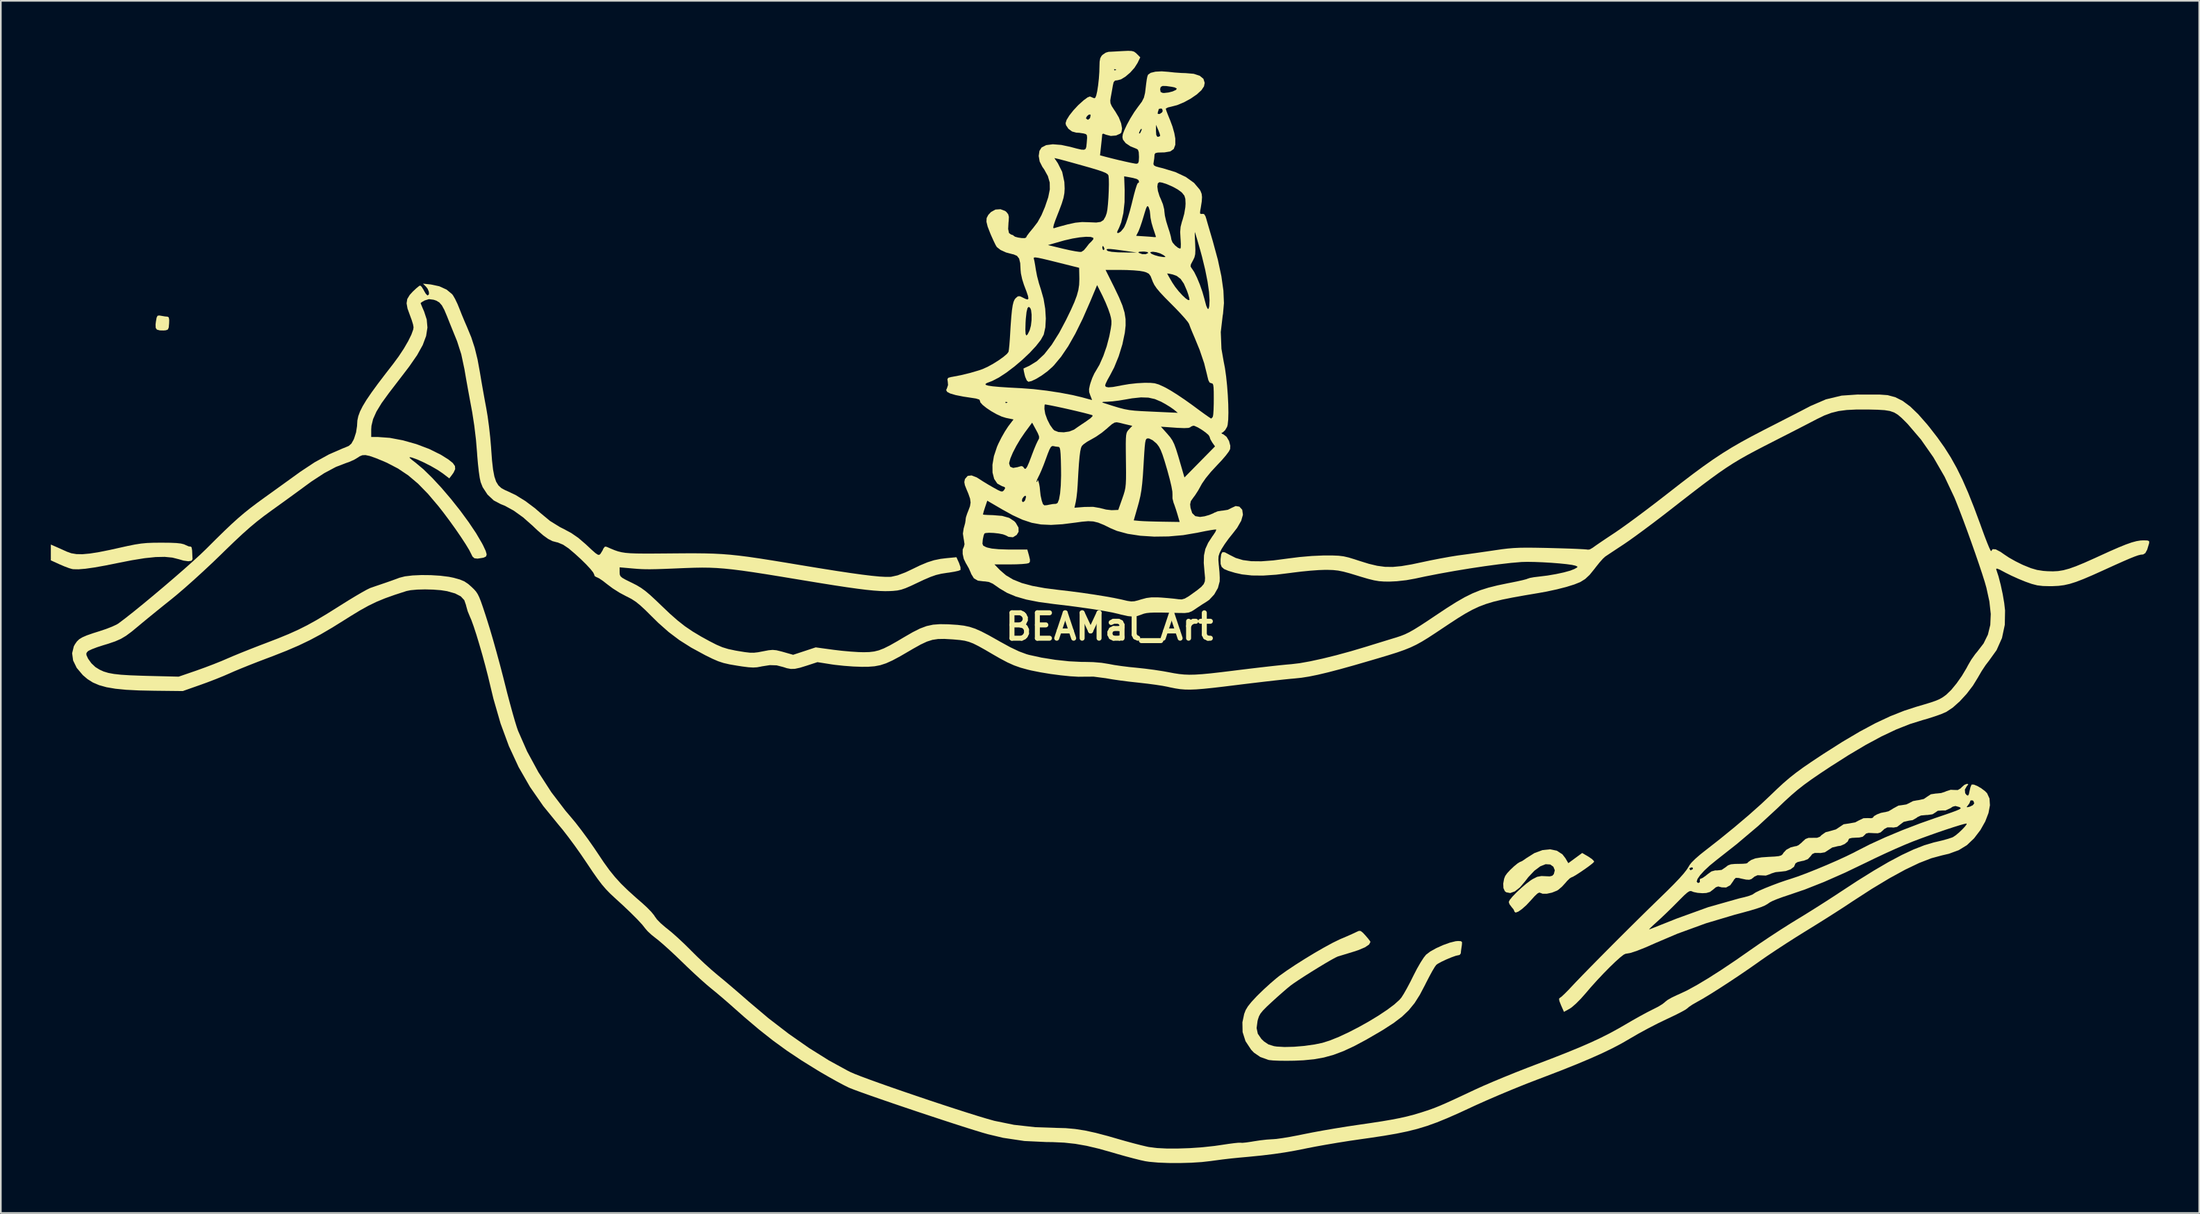
<source format=kicad_pcb>
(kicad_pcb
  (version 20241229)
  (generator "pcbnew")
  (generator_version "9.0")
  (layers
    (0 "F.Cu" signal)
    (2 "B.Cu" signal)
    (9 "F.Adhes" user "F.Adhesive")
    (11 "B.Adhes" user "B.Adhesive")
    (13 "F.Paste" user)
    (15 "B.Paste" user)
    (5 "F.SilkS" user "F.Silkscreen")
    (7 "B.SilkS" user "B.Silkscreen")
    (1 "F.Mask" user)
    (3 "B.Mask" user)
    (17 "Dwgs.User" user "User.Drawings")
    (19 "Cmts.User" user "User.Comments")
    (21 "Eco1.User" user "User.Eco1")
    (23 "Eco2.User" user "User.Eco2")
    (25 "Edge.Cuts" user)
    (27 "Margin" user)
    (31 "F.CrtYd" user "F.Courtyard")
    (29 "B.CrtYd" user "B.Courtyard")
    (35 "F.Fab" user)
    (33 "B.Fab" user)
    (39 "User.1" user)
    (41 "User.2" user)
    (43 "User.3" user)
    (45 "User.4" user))
  (footprint "BEAMal_Art"
    (layer "F.Cu")
    (at 63.5 34.555)
    (property "Reference" "BEAMal_Art" (at 0 0 0) (layer "F.SilkS") (effects (font (size 1.524 1.524) (thickness 0.3))))
    (attr board_only exclude_from_pos_files exclude_from_bom)
    (fp_poly (pts (xy -56.879 -18.656) (xy -56.655 -18.618) (xy -56.5 -18.604) (xy -56.425 -18.559) (xy -56.399 -18.404) (xy -56.405 -18.201) (xy -56.427 -17.957) (xy -56.477 -17.835) (xy -56.592 -17.788) (xy -56.727 -17.775) (xy -56.961 -17.78) (xy -57.131 -17.824) (xy -57.14 -17.829) (xy -57.209 -17.931) (xy -57.218 -18.131) (xy -57.197 -18.307) (xy -57.155 -18.547) (xy -57.1 -18.657) (xy -56.999 -18.676)) (stroke (width 0) (type solid)) (fill yes) (layer "F.SilkS"))
    (fp_poly (pts (xy -56.854 -5.042) (xy -56.339 -5.037) (xy -55.965 -5.021) (xy -55.7 -4.992) (xy -55.516 -4.946) (xy -55.42 -4.903) (xy -55.233 -4.821) (xy -55.109 -4.806) (xy -55.103 -4.809) (xy -55.057 -4.762) (xy -55.026 -4.592) (xy -55.021 -4.507) (xy -55.011 -4.261) (xy -55.001 -4.082) (xy -54.999 -4.056) (xy -55.061 -3.957) (xy -55.251 -3.927) (xy -55.54 -3.967) (xy -55.818 -4.048) (xy -56.209 -4.147) (xy -56.668 -4.191) (xy -57.214 -4.18) (xy -57.865 -4.113) (xy -58.641 -3.988) (xy -59.394 -3.84) (xy -60.214 -3.675) (xy -60.886 -3.555) (xy -61.422 -3.479) (xy -61.836 -3.445) (xy -62.141 -3.45) (xy -62.23 -3.463) (xy -62.415 -3.517) (xy -62.691 -3.621) (xy -62.971 -3.741) (xy -63.5 -3.982) (xy -63.5 -4.929) (xy -63.225 -4.81) (xy -62.982 -4.703) (xy -62.678 -4.566) (xy -62.532 -4.5) (xy -62.269 -4.407) (xy -61.969 -4.357) (xy -61.607 -4.35) (xy -61.164 -4.39) (xy -60.617 -4.476) (xy -59.944 -4.611) (xy -59.436 -4.724) (xy -58.887 -4.846) (xy -58.452 -4.933) (xy -58.084 -4.99) (xy -57.733 -5.023) (xy -57.35 -5.038) (xy -56.886 -5.042)) (stroke (width 0) (type solid)) (fill yes) (layer "F.SilkS"))
    (fp_poly (pts (xy 26.844 13.44) (xy 27.177 13.655) (xy 27.357 13.886) (xy 27.534 14.188) (xy 27.949 13.882) (xy 28.365 13.577) (xy 28.747 13.801) (xy 28.952 13.941) (xy 29.068 14.059) (xy 29.079 14.109) (xy 28.98 14.205) (xy 28.784 14.359) (xy 28.528 14.543) (xy 28.254 14.73) (xy 28.002 14.893) (xy 27.811 15.004) (xy 27.729 15.036) (xy 27.623 15.098) (xy 27.461 15.255) (xy 27.358 15.376) (xy 27.15 15.602) (xy 26.936 15.784) (xy 26.854 15.836) (xy 26.551 15.957) (xy 26.247 16.022) (xy 25.995 16.024) (xy 25.873 15.977) (xy 25.792 15.952) (xy 25.678 16.011) (xy 25.507 16.174) (xy 25.304 16.4) (xy 25.019 16.705) (xy 24.754 16.941) (xy 24.532 17.096) (xy 24.374 17.154) (xy 24.302 17.101) (xy 24.299 17.075) (xy 24.245 16.958) (xy 24.13 16.82) (xy 24.004 16.649) (xy 23.961 16.517) (xy 24.022 16.391) (xy 24.187 16.19) (xy 24.424 15.945) (xy 24.703 15.683) (xy 24.993 15.434) (xy 25.263 15.229) (xy 25.383 15.15) (xy 25.663 15.008) (xy 25.92 14.96) (xy 26.154 14.97) (xy 26.418 14.982) (xy 26.57 14.944) (xy 26.662 14.847) (xy 26.723 14.614) (xy 26.636 14.4) (xy 26.447 14.267) (xy 26.171 14.25) (xy 25.849 14.379) (xy 25.496 14.644) (xy 25.13 15.032) (xy 24.955 15.26) (xy 24.635 15.637) (xy 24.328 15.88) (xy 24.048 15.982) (xy 23.809 15.935) (xy 23.724 15.869) (xy 23.642 15.686) (xy 23.629 15.415) (xy 23.682 15.121) (xy 23.748 14.954) (xy 23.864 14.792) (xy 24.052 14.589) (xy 24.271 14.382) (xy 24.48 14.21) (xy 24.635 14.112) (xy 24.674 14.102) (xy 24.773 14.055) (xy 24.948 13.937) (xy 25.006 13.894) (xy 25.5 13.583) (xy 25.985 13.404) (xy 26.44 13.356)) (stroke (width 0) (type solid)) (fill yes) (layer "F.SilkS"))
    (fp_poly (pts (xy 15.083 18.26) (xy 15.212 18.363) (xy 15.363 18.526) (xy 15.532 18.723) (xy 15.641 18.869) (xy 15.663 18.916) (xy 15.58 19.071) (xy 15.338 19.236) (xy 14.944 19.403) (xy 14.66 19.497) (xy 14.303 19.606) (xy 13.985 19.703) (xy 13.758 19.772) (xy 13.706 19.787) (xy 13.556 19.857) (xy 13.293 20.001) (xy 12.949 20.201) (xy 12.553 20.44) (xy 12.135 20.698) (xy 11.724 20.958) (xy 11.351 21.2) (xy 11.046 21.407) (xy 10.88 21.527) (xy 10.681 21.689) (xy 10.398 21.932) (xy 10.07 22.222) (xy 9.77 22.494) (xy 9.44 22.802) (xy 9.214 23.031) (xy 9.067 23.213) (xy 8.975 23.381) (xy 8.913 23.568) (xy 8.89 23.659) (xy 8.834 24.081) (xy 8.906 24.422) (xy 9.119 24.732) (xy 9.277 24.884) (xy 9.545 25.065) (xy 9.876 25.167) (xy 10.038 25.192) (xy 10.508 25.219) (xy 11.081 25.205) (xy 11.698 25.153) (xy 12.3 25.069) (xy 12.773 24.972) (xy 13.23 24.828) (xy 13.765 24.612) (xy 14.352 24.339) (xy 14.962 24.024) (xy 15.568 23.685) (xy 16.143 23.336) (xy 16.658 22.993) (xy 17.088 22.672) (xy 17.403 22.389) (xy 17.522 22.249) (xy 17.663 22.027) (xy 17.85 21.698) (xy 18.058 21.306) (xy 18.245 20.93) (xy 18.451 20.53) (xy 18.664 20.158) (xy 18.858 19.857) (xy 19 19.679) (xy 19.249 19.49) (xy 19.605 19.291) (xy 20.014 19.106) (xy 20.421 18.959) (xy 20.773 18.872) (xy 20.921 18.859) (xy 21.094 18.869) (xy 21.159 18.932) (xy 21.149 19.097) (xy 21.136 19.177) (xy 21.102 19.414) (xy 21.084 19.585) (xy 21.083 19.602) (xy 21.014 19.696) (xy 20.952 19.708) (xy 20.785 19.745) (xy 20.523 19.838) (xy 20.218 19.965) (xy 19.926 20.103) (xy 19.699 20.227) (xy 19.617 20.286) (xy 19.525 20.41) (xy 19.378 20.655) (xy 19.196 20.989) (xy 18.995 21.378) (xy 18.941 21.488) (xy 18.626 22.087) (xy 18.31 22.585) (xy 17.962 23.012) (xy 17.555 23.4) (xy 17.057 23.778) (xy 16.44 24.178) (xy 16.214 24.314) (xy 15.396 24.788) (xy 14.683 25.169) (xy 14.045 25.465) (xy 13.453 25.688) (xy 12.875 25.848) (xy 12.284 25.954) (xy 11.649 26.016) (xy 11.091 26.041) (xy 10.623 26.047) (xy 10.189 26.042) (xy 9.83 26.027) (xy 9.587 26.002) (xy 9.543 25.993) (xy 9.055 25.818) (xy 8.678 25.561) (xy 8.506 25.382) (xy 8.168 24.869) (xy 7.994 24.324) (xy 7.982 23.738) (xy 8.089 23.234) (xy 8.176 23.006) (xy 8.312 22.78) (xy 8.52 22.52) (xy 8.826 22.191) (xy 8.913 22.103) (xy 9.265 21.761) (xy 9.65 21.41) (xy 10.011 21.101) (xy 10.202 20.949) (xy 10.64 20.636) (xy 11.162 20.288) (xy 11.734 19.926) (xy 12.319 19.571) (xy 12.884 19.246) (xy 13.391 18.97) (xy 13.806 18.767) (xy 13.899 18.726) (xy 14.246 18.579) (xy 14.558 18.441) (xy 14.783 18.336) (xy 14.834 18.311) (xy 14.974 18.25)) (stroke (width 0) (type solid)) (fill yes) (layer "F.SilkS"))
    (fp_poly (pts (xy 1.341 -34.546) (xy 1.483 -34.505) (xy 1.599 -34.421) (xy 1.649 -34.372) (xy 1.855 -34.165) (xy 1.692 -33.827) (xy 1.508 -33.537) (xy 1.254 -33.253) (xy 0.971 -33.01) (xy 0.7 -32.844) (xy 0.5 -32.791) (xy 0.339 -32.769) (xy 0.256 -32.672) (xy 0.21 -32.472) (xy 0.159 -32.174) (xy 0.099 -31.843) (xy 0.086 -31.778) (xy 0.055 -31.569) (xy 0.07 -31.406) (xy 0.147 -31.232) (xy 0.304 -30.991) (xy 0.355 -30.918) (xy 0.569 -30.557) (xy 0.707 -30.205) (xy 0.762 -29.897) (xy 0.725 -29.669) (xy 0.665 -29.592) (xy 0.405 -29.475) (xy 0.087 -29.448) (xy -0.197 -29.52) (xy -0.198 -29.52) (xy -0.365 -29.587) (xy -0.426 -29.553) (xy -0.428 -29.536) (xy -0.439 -29.405) (xy -0.464 -29.158) (xy -0.496 -28.86) (xy -0.559 -28.286) (xy -0.259 -28.205) (xy 0.138 -28.103) (xy 0.554 -28.001) (xy 0.952 -27.91) (xy 1.291 -27.836) (xy 1.535 -27.79) (xy 1.63 -27.779) (xy 1.72 -27.809) (xy 1.765 -27.925) (xy 1.778 -28.167) (xy 1.778 -28.206) (xy 1.764 -28.478) (xy 1.713 -28.623) (xy 1.63 -28.677) (xy 1.262 -28.826) (xy 0.977 -29.018) (xy 0.818 -29.225) (xy 0.812 -29.24) (xy 0.784 -29.383) (xy 0.808 -29.551) (xy 0.828 -29.605) (xy 1.781 -29.605) (xy 1.816 -29.59) (xy 1.863 -29.647) (xy 1.912 -29.754) (xy 2.797 -29.754) (xy 2.813 -29.51) (xy 2.873 -29.404) (xy 2.921 -29.393) (xy 3.034 -29.433) (xy 3.048 -29.468) (xy 3.017 -29.59) (xy 2.94 -29.792) (xy 2.924 -29.829) (xy 2.801 -30.115) (xy 2.797 -29.754) (xy 1.912 -29.754) (xy 1.934 -29.802) (xy 1.945 -29.86) (xy 1.91 -29.875) (xy 1.863 -29.817) (xy 1.791 -29.663) (xy 1.781 -29.605) (xy 0.828 -29.605) (xy 0.895 -29.785) (xy 1.051 -30.117) (xy 1.256 -30.494) (xy 1.428 -30.771) (xy 2.902 -30.771) (xy 3.014 -30.765) (xy 3.161 -30.859) (xy 3.201 -30.944) (xy 3.168 -31.07) (xy 3.097 -31.092) (xy 2.98 -31.073) (xy 2.963 -31.056) (xy 2.937 -30.957) (xy 2.909 -30.878) (xy 2.902 -30.771) (xy 1.428 -30.771) (xy 1.495 -30.88) (xy 1.72 -31.195) (xy 1.736 -31.215) (xy 1.95 -31.502) (xy 2.074 -31.747) (xy 2.141 -32.025) (xy 2.159 -32.164) (xy 2.168 -32.238) (xy 3.048 -32.238) (xy 3.077 -32.084) (xy 3.199 -32.03) (xy 3.289 -32.026) (xy 3.549 -32.055) (xy 3.797 -32.119) (xy 4.005 -32.214) (xy 4.044 -32.294) (xy 3.915 -32.361) (xy 3.747 -32.396) (xy 3.402 -32.444) (xy 3.191 -32.445) (xy 3.084 -32.39) (xy 3.049 -32.273) (xy 3.048 -32.238) (xy 2.168 -32.238) (xy 2.207 -32.567) (xy 2.244 -32.834) (xy 2.276 -32.999) (xy 2.31 -33.097) (xy 2.326 -33.126) (xy 2.482 -33.236) (xy 2.766 -33.304) (xy 3.139 -33.324) (xy 3.531 -33.295) (xy 3.92 -33.254) (xy 4.327 -33.226) (xy 4.581 -33.218) (xy 5.064 -33.176) (xy 5.422 -33.059) (xy 5.644 -32.876) (xy 5.72 -32.634) (xy 5.678 -32.422) (xy 5.523 -32.191) (xy 5.245 -31.938) (xy 4.883 -31.689) (xy 4.477 -31.467) (xy 4.068 -31.297) (xy 3.732 -31.21) (xy 3.518 -31.159) (xy 3.397 -31.097) (xy 3.387 -31.076) (xy 3.418 -30.965) (xy 3.502 -30.743) (xy 3.62 -30.452) (xy 3.648 -30.386) (xy 3.787 -30.012) (xy 3.897 -29.621) (xy 3.956 -29.297) (xy 3.957 -28.916) (xy 3.862 -28.663) (xy 3.653 -28.518) (xy 3.31 -28.461) (xy 3.175 -28.458) (xy 2.904 -28.45) (xy 2.764 -28.417) (xy 2.713 -28.345) (xy 2.709 -28.299) (xy 2.693 -28.096) (xy 2.662 -27.895) (xy 2.644 -27.768) (xy 2.674 -27.685) (xy 2.784 -27.622) (xy 3.007 -27.558) (xy 3.216 -27.507) (xy 3.964 -27.279) (xy 4.589 -26.985) (xy 5.079 -26.633) (xy 5.42 -26.231) (xy 5.474 -26.136) (xy 5.537 -25.974) (xy 5.56 -25.779) (xy 5.543 -25.513) (xy 5.484 -25.135) (xy 5.451 -24.961) (xy 5.439 -24.801) (xy 5.506 -24.763) (xy 5.564 -24.774) (xy 5.679 -24.764) (xy 5.763 -24.637) (xy 5.811 -24.492) (xy 5.87 -24.284) (xy 5.965 -23.958) (xy 6.082 -23.559) (xy 6.204 -23.142) (xy 6.509 -22.021) (xy 6.721 -21.032) (xy 6.843 -20.167) (xy 6.875 -19.417) (xy 6.819 -18.771) (xy 6.799 -18.662) (xy 6.685 -17.681) (xy 6.725 -16.676) (xy 6.856 -15.928) (xy 6.936 -15.514) (xy 7.006 -15.016) (xy 7.063 -14.467) (xy 7.106 -13.901) (xy 7.133 -13.35) (xy 7.142 -12.847) (xy 7.131 -12.425) (xy 7.098 -12.119) (xy 7.067 -12) (xy 6.949 -11.796) (xy 6.819 -11.671) (xy 6.806 -11.665) (xy 6.718 -11.616) (xy 6.778 -11.568) (xy 6.844 -11.542) (xy 7.034 -11.394) (xy 7.181 -11.144) (xy 7.256 -10.859) (xy 7.246 -10.658) (xy 7.164 -10.507) (xy 6.987 -10.271) (xy 6.74 -9.984) (xy 6.466 -9.693) (xy 6.099 -9.298) (xy 5.785 -8.915) (xy 5.557 -8.586) (xy 5.502 -8.486) (xy 5.331 -8.179) (xy 5.146 -7.891) (xy 5.035 -7.743) (xy 4.889 -7.536) (xy 4.847 -7.342) (xy 4.869 -7.133) (xy 4.971 -6.815) (xy 5.156 -6.636) (xy 5.441 -6.587) (xy 5.715 -6.626) (xy 5.995 -6.706) (xy 6.23 -6.803) (xy 6.295 -6.841) (xy 6.498 -6.924) (xy 6.762 -6.965) (xy 6.8 -6.966) (xy 7.11 -7.016) (xy 7.332 -7.128) (xy 7.578 -7.241) (xy 7.803 -7.204) (xy 7.967 -7.023) (xy 7.973 -7.011) (xy 8.014 -6.719) (xy 7.91 -6.356) (xy 7.666 -5.932) (xy 7.413 -5.605) (xy 7.16 -5.288) (xy 6.921 -4.957) (xy 6.743 -4.677) (xy 6.725 -4.646) (xy 6.61 -4.417) (xy 6.551 -4.229) (xy 6.539 -4.016) (xy 6.564 -3.714) (xy 6.574 -3.626) (xy 6.607 -3.273) (xy 6.623 -2.943) (xy 6.619 -2.718) (xy 6.514 -2.325) (xy 6.292 -1.935) (xy 5.994 -1.615) (xy 5.851 -1.514) (xy 5.573 -1.339) (xy 5.264 -1.135) (xy 5.159 -1.062) (xy 4.947 -0.925) (xy 4.76 -0.851) (xy 4.533 -0.822) (xy 4.202 -0.824) (xy 4.197 -0.824) (xy 3.564 -0.841) (xy 3.075 -0.85) (xy 2.706 -0.85) (xy 2.434 -0.839) (xy 2.232 -0.818) (xy 2.078 -0.784) (xy 1.946 -0.737) (xy 1.929 -0.73) (xy 1.67 -0.64) (xy 1.413 -0.608) (xy 1.111 -0.636) (xy 0.714 -0.724) (xy 0.55 -0.767) (xy 0.18 -0.853) (xy -0.336 -0.949) (xy -0.976 -1.052) (xy -1.717 -1.159) (xy -2.536 -1.266) (xy -3.344 -1.362) (xy -4.235 -1.483) (xy -4.981 -1.63) (xy -5.607 -1.81) (xy -6.134 -2.03) (xy -6.588 -2.299) (xy -6.707 -2.384) (xy -6.993 -2.581) (xy -7.225 -2.684) (xy -7.469 -2.72) (xy -7.533 -2.721) (xy -7.887 -2.764) (xy -8.126 -2.903) (xy -8.285 -3.162) (xy -8.312 -3.234) (xy -8.429 -3.499) (xy -8.586 -3.777) (xy -8.608 -3.81) (xy -8.734 -4.072) (xy -8.799 -4.367) (xy -8.798 -4.632) (xy -8.724 -4.804) (xy -8.689 -4.95) (xy -8.693 -4.981) (xy -7.613 -4.981) (xy -7.566 -4.864) (xy -7.413 -4.783) (xy -7.312 -4.747) (xy -7.045 -4.689) (xy -6.636 -4.65) (xy -6.115 -4.632) (xy -5.953 -4.631) (xy -4.921 -4.63) (xy -4.818 -4.261) (xy -4.762 -4.021) (xy -4.768 -3.888) (xy -4.834 -3.816) (xy -4.963 -3.786) (xy -5.222 -3.761) (xy -5.571 -3.744) (xy -5.923 -3.739) (xy -6.892 -3.738) (xy -6.558 -3.393) (xy -6.203 -3.086) (xy -5.775 -2.831) (xy -5.256 -2.622) (xy -4.625 -2.451) (xy -3.863 -2.312) (xy -3.048 -2.209) (xy -2.359 -2.129) (xy -1.644 -2.035) (xy -0.94 -1.932) (xy -0.286 -1.827) (xy 0.28 -1.726) (xy 0.719 -1.634) (xy 0.757 -1.625) (xy 1.084 -1.549) (xy 1.312 -1.516) (xy 1.503 -1.527) (xy 1.723 -1.581) (xy 1.9 -1.636) (xy 2.225 -1.723) (xy 2.536 -1.762) (xy 2.907 -1.761) (xy 3.133 -1.748) (xy 3.507 -1.718) (xy 3.854 -1.685) (xy 4.11 -1.654) (xy 4.15 -1.648) (xy 4.34 -1.637) (xy 4.521 -1.687) (xy 4.748 -1.818) (xy 4.903 -1.926) (xy 5.266 -2.188) (xy 5.511 -2.387) (xy 5.659 -2.554) (xy 5.729 -2.723) (xy 5.742 -2.928) (xy 5.717 -3.202) (xy 5.711 -3.257) (xy 5.664 -3.826) (xy 5.677 -4.281) (xy 5.76 -4.668) (xy 5.926 -5.034) (xy 6.184 -5.429) (xy 6.241 -5.506) (xy 6.362 -5.69) (xy 6.413 -5.812) (xy 6.409 -5.83) (xy 6.315 -5.829) (xy 6.088 -5.796) (xy 5.76 -5.737) (xy 5.363 -5.657) (xy 5.279 -5.639) (xy 4.428 -5.494) (xy 3.552 -5.417) (xy 2.685 -5.406) (xy 1.858 -5.458) (xy 1.104 -5.573) (xy 0.455 -5.749) (xy 0.095 -5.9) (xy -0.334 -6.109) (xy -0.668 -6.245) (xy -0.961 -6.317) (xy -1.265 -6.333) (xy -1.635 -6.302) (xy -2.012 -6.25) (xy -2.817 -6.149) (xy -3.5 -6.108) (xy -4.1 -6.135) (xy -4.658 -6.236) (xy -5.092 -6.38) (xy 1.464 -6.38) (xy 1.811 -6.348) (xy 2.035 -6.334) (xy 2.379 -6.32) (xy 2.795 -6.309) (xy 3.188 -6.301) (xy 4.218 -6.286) (xy 4.089 -6.732) (xy 3.993 -7.042) (xy 3.895 -7.328) (xy 3.852 -7.439) (xy 3.787 -7.697) (xy 3.787 -7.932) (xy 3.78 -8.11) (xy 3.724 -8.426) (xy 3.622 -8.855) (xy 3.482 -9.373) (xy 3.462 -9.441) (xy 3.31 -9.954) (xy 3.187 -10.331) (xy 3.08 -10.603) (xy 2.977 -10.8) (xy 2.866 -10.951) (xy 2.813 -11.008) (xy 2.598 -11.189) (xy 2.396 -11.289) (xy 2.338 -11.298) (xy 2.27 -11.294) (xy 2.219 -11.265) (xy 2.18 -11.189) (xy 2.149 -11.043) (xy 2.123 -10.806) (xy 2.097 -10.454) (xy 2.067 -9.964) (xy 2.052 -9.706) (xy 2.013 -9.084) (xy 1.971 -8.593) (xy 1.923 -8.191) (xy 1.861 -7.839) (xy 1.781 -7.498) (xy 1.712 -7.246) (xy 1.464 -6.38) (xy -5.092 -6.38) (xy -5.211 -6.419) (xy -5.798 -6.69) (xy -6.434 -7.042) (xy -6.602 -7.14) (xy -2.093 -7.14) (xy -1.491 -7.186) (xy -0.973 -7.193) (xy -0.558 -7.121) (xy -0.508 -7.106) (xy -0.193 -7.029) (xy 0.125 -6.993) (xy 0.204 -6.994) (xy 0.535 -7.008) (xy 0.775 -7.688) (xy 0.858 -7.929) (xy 0.919 -8.135) (xy 0.961 -8.336) (xy 0.986 -8.567) (xy 0.999 -8.857) (xy 1.002 -9.24) (xy 0.997 -9.748) (xy 0.994 -9.996) (xy 0.988 -10.559) (xy 0.986 -10.979) (xy 0.992 -11.279) (xy 1.007 -11.486) (xy 1.035 -11.625) (xy 1.078 -11.72) (xy 1.138 -11.799) (xy 1.175 -11.839) (xy 1.328 -12.002) (xy 3.095 -12.002) (xy 3.483 -11.569) (xy 3.65 -11.372) (xy 3.779 -11.182) (xy 3.889 -10.96) (xy 3.998 -10.667) (xy 4.124 -10.265) (xy 4.188 -10.046) (xy 4.505 -8.956) (xy 5.422 -9.888) (xy 6.339 -10.82) (xy 6.175 -11.051) (xy 6.061 -11.246) (xy 6.011 -11.401) (xy 6.011 -11.405) (xy 5.944 -11.509) (xy 5.772 -11.657) (xy 5.545 -11.818) (xy 5.309 -11.959) (xy 5.113 -12.048) (xy 5.037 -12.063) (xy 4.893 -12.005) (xy 4.865 -11.972) (xy 4.754 -11.929) (xy 4.489 -11.917) (xy 4.064 -11.934) (xy 3.952 -11.942) (xy 3.095 -12.002) (xy 1.328 -12.002) (xy 1.376 -12.054) (xy 1.133 -12.109) (xy 0.871 -12.171) (xy 0.601 -12.238) (xy 0.441 -12.267) (xy 0.308 -12.246) (xy 0.156 -12.154) (xy -0.059 -11.97) (xy -0.14 -11.896) (xy -0.452 -11.64) (xy -0.804 -11.398) (xy -1.065 -11.249) (xy -1.337 -11.096) (xy -1.556 -10.939) (xy -1.653 -10.839) (xy -1.702 -10.721) (xy -1.746 -10.519) (xy -1.786 -10.215) (xy -1.824 -9.794) (xy -1.861 -9.237) (xy -1.9 -8.528) (xy -1.902 -8.495) (xy -1.929 -8.122) (xy -1.97 -7.762) (xy -2.013 -7.499) (xy -2.093 -7.14) (xy -6.602 -7.14) (xy -7.298 -7.546) (xy -5.246 -7.546) (xy -5.186 -7.476) (xy -5.174 -7.476) (xy -5.082 -7.543) (xy -5.047 -7.61) (xy -4.996 -7.801) (xy -5.033 -7.865) (xy -5.122 -7.815) (xy -5.222 -7.681) (xy -5.246 -7.546) (xy -7.298 -7.546) (xy -7.323 -7.561) (xy -7.46 -7.157) (xy -7.535 -6.922) (xy -7.575 -6.765) (xy -7.577 -6.729) (xy -7.49 -6.716) (xy -7.278 -6.704) (xy -6.989 -6.695) (xy -6.988 -6.695) (xy -6.432 -6.65) (xy -6.011 -6.531) (xy -5.705 -6.332) (xy -5.613 -6.232) (xy -5.449 -5.946) (xy -5.445 -5.694) (xy -5.559 -5.507) (xy -5.781 -5.368) (xy -6.045 -5.392) (xy -6.209 -5.478) (xy -6.378 -5.542) (xy -6.639 -5.593) (xy -6.937 -5.626) (xy -7.217 -5.637) (xy -7.424 -5.621) (xy -7.493 -5.592) (xy -7.539 -5.479) (xy -7.585 -5.266) (xy -7.595 -5.199) (xy -7.613 -4.981) (xy -8.693 -4.981) (xy -8.728 -5.22) (xy -8.736 -5.252) (xy -8.786 -5.587) (xy -8.738 -5.905) (xy -8.717 -5.973) (xy -8.652 -6.215) (xy -8.623 -6.396) (xy -8.624 -6.433) (xy -8.603 -6.565) (xy -8.529 -6.791) (xy -8.46 -6.963) (xy -8.36 -7.229) (xy -8.324 -7.452) (xy -8.356 -7.687) (xy -8.46 -7.987) (xy -8.557 -8.215) (xy -8.667 -8.492) (xy -8.701 -8.679) (xy -8.67 -8.834) (xy -8.653 -8.874) (xy -8.498 -9.05) (xy -8.265 -9.078) (xy -7.958 -8.96) (xy -7.814 -8.87) (xy -7.569 -8.712) (xy -7.249 -8.518) (xy -6.959 -8.351) (xy -6.682 -8.198) (xy -6.512 -8.122) (xy -6.411 -8.115) (xy -6.341 -8.168) (xy -6.309 -8.209) (xy -6.246 -8.324) (xy -6.301 -8.389) (xy -6.444 -8.435) (xy -6.722 -8.59) (xy -6.794 -8.697) (xy -4.37 -8.697) (xy -4.364 -8.682) (xy -4.319 -8.706) (xy -4.31 -8.757) (xy -4.289 -8.805) (xy -4.253 -8.727) (xy -4.211 -8.568) (xy -4.176 -8.368) (xy -4.157 -8.172) (xy -4.157 -8.165) (xy -4.125 -7.88) (xy -4.059 -7.579) (xy -4.054 -7.56) (xy -3.985 -7.359) (xy -3.9 -7.282) (xy -3.739 -7.294) (xy -3.631 -7.317) (xy -3.397 -7.36) (xy -3.228 -7.372) (xy -3.206 -7.37) (xy -3.103 -7.427) (xy -3.019 -7.64) (xy -2.955 -7.995) (xy -2.913 -8.477) (xy -2.895 -9.073) (xy -2.898 -9.493) (xy -2.909 -9.998) (xy -2.924 -10.355) (xy -2.945 -10.59) (xy -2.975 -10.725) (xy -3.017 -10.782) (xy -3.047 -10.79) (xy -3.236 -10.812) (xy -3.346 -10.837) (xy -3.431 -10.84) (xy -3.508 -10.782) (xy -3.591 -10.634) (xy -3.698 -10.37) (xy -3.799 -10.093) (xy -3.939 -9.716) (xy -4.081 -9.367) (xy -4.201 -9.1) (xy -4.245 -9.015) (xy -4.339 -8.822) (xy -4.37 -8.697) (xy -6.794 -8.697) (xy -6.91 -8.869) (xy -7.008 -9.25) (xy -7.013 -9.713) (xy -7.001 -9.788) (xy -6.011 -9.788) (xy -5.949 -9.601) (xy -5.772 -9.528) (xy -5.501 -9.575) (xy -5.473 -9.585) (xy -5.282 -9.64) (xy -5.18 -9.607) (xy -5.138 -9.548) (xy -5.075 -9.472) (xy -5.009 -9.486) (xy -4.927 -9.608) (xy -4.818 -9.855) (xy -4.669 -10.245) (xy -4.657 -10.279) (xy -4.525 -10.625) (xy -4.399 -10.928) (xy -4.3 -11.138) (xy -4.274 -11.184) (xy -4.215 -11.304) (xy -4.219 -11.432) (xy -4.294 -11.617) (xy -4.394 -11.806) (xy -4.632 -12.244) (xy -5.064 -11.66) (xy -5.332 -11.267) (xy -5.58 -10.851) (xy -5.788 -10.449) (xy -5.936 -10.099) (xy -6.008 -9.837) (xy -6.011 -9.788) (xy -7.001 -9.788) (xy -6.925 -10.235) (xy -6.74 -10.794) (xy -6.656 -10.985) (xy -6.471 -11.355) (xy -6.263 -11.72) (xy -6.073 -12.011) (xy -6.049 -12.044) (xy -5.749 -12.438) (xy -6.203 -12.53) (xy -6.464 -12.612) (xy -6.768 -12.753) (xy -7.082 -12.931) (xy -7.307 -13.081) (xy -3.894 -13.081) (xy -3.894 -13.061) (xy -3.846 -12.773) (xy -3.724 -12.433) (xy -3.557 -12.104) (xy -3.375 -11.849) (xy -3.29 -11.771) (xy -3.054 -11.683) (xy -2.735 -11.665) (xy -2.402 -11.713) (xy -2.125 -11.823) (xy -2.084 -11.85) (xy -1.923 -11.964) (xy -1.674 -12.133) (xy -1.4 -12.316) (xy -1.13 -12.51) (xy -1.005 -12.638) (xy -1.019 -12.693) (xy -1.214 -12.75) (xy -1.524 -12.831) (xy -1.913 -12.925) (xy -2.346 -13.026) (xy -2.785 -13.125) (xy -3.195 -13.213) (xy -3.539 -13.283) (xy -3.782 -13.327) (xy -3.873 -13.337) (xy -3.888 -13.263) (xy -3.894 -13.081) (xy -7.307 -13.081) (xy -7.371 -13.124) (xy -7.601 -13.308) (xy -7.739 -13.462) (xy -7.743 -13.479) (xy -6.237 -13.479) (xy -6.225 -13.428) (xy -6.181 -13.422) (xy -6.111 -13.453) (xy -6.121 -13.472) (xy -0.436 -13.472) (xy -0.373 -13.437) (xy -0.339 -13.425) (xy 0.174 -13.26) (xy 0.571 -13.14) (xy 0.898 -13.056) (xy 1.199 -13) (xy 1.521 -12.963) (xy 1.909 -12.937) (xy 2.371 -12.915) (xy 2.841 -12.893) (xy 3.266 -12.874) (xy 3.609 -12.858) (xy 3.836 -12.847) (xy 3.895 -12.845) (xy 4.106 -12.834) (xy 3.86 -13.036) (xy 3.651 -13.183) (xy 3.36 -13.361) (xy 3.107 -13.5) (xy 2.73 -13.66) (xy 2.34 -13.746) (xy 1.897 -13.76) (xy 1.361 -13.704) (xy 0.96 -13.634) (xy 0.574 -13.57) (xy 0.189 -13.522) (xy -0.115 -13.501) (xy -0.127 -13.5) (xy -0.358 -13.492) (xy -0.436 -13.472) (xy -6.121 -13.472) (xy -6.124 -13.479) (xy -6.225 -13.489) (xy -6.237 -13.479) (xy -7.743 -13.479) (xy -7.76 -13.547) (xy -7.799 -13.629) (xy -7.996 -13.691) (xy -8.114 -13.71) (xy -8.747 -13.806) (xy -9.221 -13.899) (xy -9.546 -13.994) (xy -9.732 -14.093) (xy -9.79 -14.201) (xy -9.742 -14.308) (xy -9.677 -14.502) (xy -9.682 -14.563) (xy -7.434 -14.563) (xy -7.413 -14.511) (xy -7.273 -14.466) (xy -7.002 -14.425) (xy -6.592 -14.388) (xy -6.033 -14.351) (xy -5.315 -14.313) (xy -5.292 -14.312) (xy -4.554 -14.257) (xy -3.752 -14.163) (xy -2.946 -14.04) (xy -2.196 -13.897) (xy -1.651 -13.767) (xy -1.36 -13.688) (xy -1.144 -13.629) (xy -1.044 -13.6) (xy -1.041 -13.6) (xy -1.059 -13.663) (xy -1.124 -13.831) (xy -1.145 -13.881) (xy -1.21 -14.075) (xy -1.218 -14.256) (xy -1.173 -14.474) (xy -0.254 -14.474) (xy -0.208 -14.393) (xy -0.059 -14.363) (xy 0.211 -14.384) (xy 0.619 -14.457) (xy 0.778 -14.49) (xy 1.188 -14.559) (xy 1.663 -14.611) (xy 2.091 -14.634) (xy 2.456 -14.633) (xy 2.723 -14.606) (xy 2.964 -14.535) (xy 3.251 -14.405) (xy 3.404 -14.328) (xy 3.705 -14.156) (xy 4.093 -13.911) (xy 4.524 -13.621) (xy 4.951 -13.317) (xy 5.038 -13.253) (xy 5.397 -12.987) (xy 5.707 -12.762) (xy 5.945 -12.595) (xy 6.084 -12.503) (xy 6.108 -12.491) (xy 6.181 -12.555) (xy 6.214 -12.622) (xy 6.235 -12.759) (xy 6.252 -13.024) (xy 6.263 -13.376) (xy 6.265 -13.684) (xy 6.263 -14.093) (xy 6.252 -14.361) (xy 6.229 -14.517) (xy 6.187 -14.591) (xy 6.123 -14.611) (xy 6.112 -14.611) (xy 6.014 -14.651) (xy 5.94 -14.791) (xy 5.872 -15.064) (xy 5.865 -15.1) (xy 5.688 -15.809) (xy 5.417 -16.608) (xy 5.121 -17.33) (xy 4.982 -17.655) (xy 4.864 -17.943) (xy 4.791 -18.14) (xy 4.783 -18.166) (xy 4.705 -18.291) (xy 4.526 -18.509) (xy 4.269 -18.795) (xy 3.955 -19.124) (xy 3.726 -19.355) (xy 3.331 -19.753) (xy 3.041 -20.062) (xy 2.837 -20.306) (xy 2.698 -20.51) (xy 2.605 -20.7) (xy 2.576 -20.778) (xy 2.475 -21.035) (xy 2.369 -21.18) (xy 2.346 -21.192) (xy 3.471 -21.192) (xy 3.511 -21.111) (xy 3.617 -20.924) (xy 3.766 -20.669) (xy 3.78 -20.645) (xy 3.955 -20.384) (xy 4.164 -20.122) (xy 4.381 -19.885) (xy 4.577 -19.702) (xy 4.728 -19.599) (xy 4.805 -19.603) (xy 4.807 -19.608) (xy 4.793 -19.723) (xy 4.73 -19.944) (xy 4.656 -20.157) (xy 4.471 -20.583) (xy 4.275 -20.87) (xy 4.042 -21.048) (xy 3.812 -21.133) (xy 3.602 -21.18) (xy 3.482 -21.196) (xy 3.471 -21.192) (xy 2.346 -21.192) (xy 2.207 -21.265) (xy 2.058 -21.309) (xy 1.82 -21.35) (xy 1.466 -21.382) (xy 1.05 -21.402) (xy 0.733 -21.407) (xy -0.226 -21.407) (xy 0.293 -20.367) (xy 0.58 -19.766) (xy 0.784 -19.273) (xy 0.912 -18.85) (xy 0.973 -18.461) (xy 0.976 -18.071) (xy 0.929 -17.643) (xy 0.928 -17.637) (xy 0.783 -16.946) (xy 0.562 -16.23) (xy 0.289 -15.558) (xy 0.037 -15.076) (xy -0.112 -14.81) (xy -0.217 -14.592) (xy -0.254 -14.474) (xy -1.173 -14.474) (xy -1.168 -14.496) (xy -1.131 -14.625) (xy -1.024 -14.929) (xy -0.898 -15.202) (xy -0.833 -15.31) (xy -0.594 -15.718) (xy -0.363 -16.241) (xy -0.159 -16.826) (xy -0.004 -17.419) (xy 0.011 -17.493) (xy 0.085 -17.876) (xy 0.123 -18.146) (xy 0.125 -18.352) (xy 0.094 -18.548) (xy 0.037 -18.763) (xy -0.071 -19.074) (xy -0.227 -19.456) (xy -0.4 -19.831) (xy -0.416 -19.864) (xy -0.734 -20.498) (xy -1.139 -19.53) (xy -1.599 -18.48) (xy -2.04 -17.585) (xy -2.467 -16.831) (xy -2.891 -16.205) (xy -3.316 -15.693) (xy -3.42 -15.586) (xy -3.714 -15.325) (xy -4.048 -15.08) (xy -4.38 -14.876) (xy -4.669 -14.74) (xy -4.855 -14.696) (xy -4.952 -14.775) (xy -5.045 -14.986) (xy -5.074 -15.089) (xy -5.127 -15.32) (xy -5.15 -15.468) (xy -5.147 -15.495) (xy -5.062 -15.535) (xy -4.878 -15.62) (xy -4.8 -15.655) (xy -4.351 -15.931) (xy -3.905 -16.349) (xy -3.459 -16.916) (xy -3.006 -17.638) (xy -2.604 -18.396) (xy -2.315 -18.99) (xy -2.101 -19.468) (xy -1.953 -19.861) (xy -1.86 -20.199) (xy -1.812 -20.514) (xy -1.8 -20.837) (xy -1.8 -20.9) (xy -1.813 -21.536) (xy -2.155 -21.622) (xy 4.871 -21.622) (xy 4.931 -21.517) (xy 4.947 -21.499) (xy 5.092 -21.281) (xy 5.259 -20.943) (xy 5.43 -20.529) (xy 5.585 -20.084) (xy 5.708 -19.652) (xy 5.72 -19.601) (xy 5.813 -19.258) (xy 5.892 -19.082) (xy 5.953 -19.073) (xy 5.993 -19.232) (xy 6.01 -19.558) (xy 6.01 -19.591) (xy 5.98 -20.086) (xy 5.891 -20.707) (xy 5.749 -21.422) (xy 5.56 -22.2) (xy 5.452 -22.597) (xy 5.338 -22.994) (xy 5.241 -23.327) (xy 5.169 -23.564) (xy 5.133 -23.675) (xy 5.13 -23.679) (xy 5.125 -23.61) (xy 5.129 -23.409) (xy 5.141 -23.114) (xy 5.148 -22.981) (xy 5.161 -22.608) (xy 5.15 -22.353) (xy 5.105 -22.162) (xy 5.021 -21.985) (xy 5.002 -21.952) (xy 4.893 -21.747) (xy 4.871 -21.622) (xy -2.155 -21.622) (xy -3.086 -21.855) (xy -3.617 -21.987) (xy -4.004 -22.079) (xy -4.268 -22.135) (xy -4.432 -22.159) (xy -4.515 -22.152) (xy -4.539 -22.118) (xy -4.526 -22.066) (xy -4.494 -21.931) (xy -4.45 -21.683) (xy -4.407 -21.407) (xy -4.336 -21.038) (xy -4.224 -20.607) (xy -4.1 -20.218) (xy -3.945 -19.669) (xy -3.847 -19.079) (xy -3.811 -18.494) (xy -3.839 -17.965) (xy -3.933 -17.539) (xy -3.94 -17.52) (xy -4.112 -17.209) (xy -4.402 -16.838) (xy -4.781 -16.431) (xy -5.222 -16.014) (xy -5.695 -15.612) (xy -6.173 -15.25) (xy -6.626 -14.953) (xy -7.027 -14.745) (xy -7.156 -14.696) (xy -7.345 -14.624) (xy -7.434 -14.563) (xy -9.682 -14.563) (xy -9.692 -14.688) (xy -9.716 -14.854) (xy -9.661 -14.937) (xy -9.488 -14.983) (xy -9.425 -14.993) (xy -8.896 -15.095) (xy -8.338 -15.231) (xy -7.829 -15.381) (xy -7.596 -15.462) (xy -7.296 -15.598) (xy -6.963 -15.782) (xy -6.634 -15.989) (xy -6.347 -16.195) (xy -6.139 -16.373) (xy -6.05 -16.493) (xy -6.025 -16.639) (xy -5.997 -16.905) (xy -5.971 -17.245) (xy -5.962 -17.385) (xy -5.936 -17.823) (xy -5.038 -17.823) (xy -5.024 -17.568) (xy -4.981 -17.473) (xy -4.906 -17.535) (xy -4.798 -17.75) (xy -4.775 -17.805) (xy -4.705 -18.065) (xy -4.667 -18.392) (xy -4.663 -18.723) (xy -4.695 -18.994) (xy -4.739 -19.113) (xy -4.833 -19.197) (xy -4.909 -19.121) (xy -4.968 -18.881) (xy -5.012 -18.475) (xy -5.026 -18.242) (xy -5.038 -17.823) (xy -5.936 -17.823) (xy -5.921 -18.064) (xy -5.882 -18.594) (xy -5.842 -18.995) (xy -5.798 -19.287) (xy -5.746 -19.493) (xy -5.685 -19.631) (xy -5.624 -19.71) (xy -5.49 -19.823) (xy -5.369 -19.831) (xy -5.202 -19.754) (xy -5.013 -19.662) (xy -4.898 -19.634) (xy -4.855 -19.689) (xy -4.88 -19.845) (xy -4.974 -20.122) (xy -5.124 -20.515) (xy -5.232 -20.857) (xy -5.306 -21.204) (xy -5.325 -21.407) (xy -5.347 -21.816) (xy -5.413 -22.088) (xy -5.541 -22.253) (xy -5.745 -22.341) (xy -5.82 -22.356) (xy -6.197 -22.456) (xy -6.528 -22.607) (xy -6.751 -22.782) (xy -6.753 -22.785) (xy -6.821 -22.9) (xy -3.683 -22.9) (xy -2.756 -22.676) (xy -2.369 -22.589) (xy -2.033 -22.525) (xy -1.787 -22.491) (xy -1.68 -22.491) (xy -1.531 -22.587) (xy -1.416 -22.724) (xy -0.423 -22.724) (xy -0.379 -22.611) (xy -0.341 -22.597) (xy -0.329 -22.613) (xy -0.169 -22.613) (xy -0.093 -22.543) (xy 0.139 -22.494) (xy 0.531 -22.464) (xy 1.058 -22.454) (xy 1.651 -22.452) (xy 1.552 -22.466) (xy 1.738 -22.466) (xy 1.778 -22.427) (xy 1.972 -22.356) (xy 2.179 -22.353) (xy 2.32 -22.416) (xy 2.328 -22.427) (xy 2.314 -22.446) (xy 2.455 -22.446) (xy 2.53 -22.374) (xy 2.718 -22.294) (xy 2.965 -22.224) (xy 3.216 -22.184) (xy 3.257 -22.181) (xy 3.364 -22.183) (xy 3.339 -22.229) (xy 3.235 -22.305) (xy 3.046 -22.402) (xy 2.82 -22.47) (xy 2.613 -22.5) (xy 2.479 -22.482) (xy 2.455 -22.446) (xy 2.314 -22.446) (xy 2.289 -22.481) (xy 2.107 -22.509) (xy 2.016 -22.51) (xy 1.8 -22.5) (xy 1.738 -22.466) (xy 1.552 -22.466) (xy 1.185 -22.518) (xy 0.678 -22.59) (xy 0.314 -22.638) (xy 0.071 -22.663) (xy -0.075 -22.667) (xy -0.147 -22.652) (xy -0.169 -22.62) (xy -0.169 -22.613) (xy -0.329 -22.613) (xy -0.295 -22.659) (xy -0.308 -22.724) (xy -0.368 -22.836) (xy -0.39 -22.852) (xy -0.42 -22.782) (xy -0.423 -22.724) (xy -1.416 -22.724) (xy -1.39 -22.754) (xy -1.225 -22.969) (xy -1.07 -23.122) (xy -0.962 -23.248) (xy -0.961 -23.334) (xy -1.115 -23.388) (xy -1.397 -23.397) (xy -1.774 -23.364) (xy -2.213 -23.292) (xy -2.68 -23.185) (xy -2.836 -23.142) (xy -3.683 -22.9) (xy -6.821 -22.9) (xy -6.828 -22.912) (xy -6.945 -23.153) (xy -7.085 -23.465) (xy -7.145 -23.605) (xy -7.301 -24.007) (xy -7.373 -24.3) (xy -7.361 -24.522) (xy -7.262 -24.711) (xy -7.101 -24.882) (xy -6.835 -25.03) (xy -6.529 -25.051) (xy -6.249 -24.946) (xy -6.172 -24.882) (xy -6.067 -24.748) (xy -6.027 -24.589) (xy -6.039 -24.343) (xy -6.049 -24.262) (xy -6.071 -23.867) (xy -6.021 -23.624) (xy -5.898 -23.532) (xy -5.882 -23.531) (xy -5.761 -23.485) (xy -5.743 -23.459) (xy -5.653 -23.4) (xy -5.471 -23.351) (xy -5.259 -23.32) (xy -5.08 -23.317) (xy -4.996 -23.35) (xy -4.995 -23.355) (xy -4.943 -23.455) (xy -4.943 -23.455) (xy 1.609 -23.455) (xy 2.096 -23.424) (xy 2.38 -23.405) (xy 2.602 -23.387) (xy 2.688 -23.377) (xy 2.786 -23.381) (xy 2.794 -23.39) (xy 2.769 -23.48) (xy 2.703 -23.683) (xy 2.625 -23.913) (xy 2.531 -24.233) (xy 2.47 -24.537) (xy 2.455 -24.697) (xy 2.427 -24.955) (xy 2.36 -25.166) (xy 2.309 -25.236) (xy 2.26 -25.219) (xy 2.201 -25.094) (xy 2.119 -24.838) (xy 2.062 -24.644) (xy 1.953 -24.288) (xy 1.843 -23.966) (xy 1.753 -23.737) (xy 1.734 -23.698) (xy 1.609 -23.455) (xy -4.943 -23.455) (xy -4.807 -23.639) (xy 0.463 -23.639) (xy 0.518 -23.623) (xy 0.564 -23.631) (xy 0.695 -23.718) (xy 0.848 -23.905) (xy 0.906 -23.999) (xy 0.997 -24.208) (xy 1.11 -24.541) (xy 1.232 -24.955) (xy 1.35 -25.407) (xy 1.372 -25.499) (xy 1.475 -25.913) (xy 1.569 -26.255) (xy 1.621 -26.415) (xy 2.879 -26.415) (xy 2.913 -26.149) (xy 3.007 -25.842) (xy 3.09 -25.655) (xy 3.213 -25.351) (xy 3.29 -25.047) (xy 3.302 -24.914) (xy 3.331 -24.67) (xy 3.407 -24.34) (xy 3.512 -23.998) (xy 3.616 -23.68) (xy 3.691 -23.404) (xy 3.723 -23.227) (xy 3.724 -23.22) (xy 3.789 -23.059) (xy 3.944 -22.877) (xy 4.127 -22.732) (xy 4.258 -22.684) (xy 4.284 -22.76) (xy 4.289 -22.964) (xy 4.274 -23.253) (xy 4.27 -23.297) (xy 4.249 -23.685) (xy 4.274 -23.991) (xy 4.354 -24.302) (xy 4.394 -24.42) (xy 4.494 -24.783) (xy 4.558 -25.17) (xy 4.572 -25.384) (xy 4.559 -25.672) (xy 4.502 -25.861) (xy 4.376 -26.023) (xy 4.314 -26.083) (xy 4.097 -26.24) (xy 3.795 -26.405) (xy 3.466 -26.549) (xy 3.171 -26.647) (xy 3.002 -26.674) (xy 2.908 -26.603) (xy 2.879 -26.415) (xy 1.621 -26.415) (xy 1.648 -26.498) (xy 1.701 -26.615) (xy 1.712 -26.62) (xy 1.77 -26.649) (xy 1.778 -26.706) (xy 1.749 -26.798) (xy 1.642 -26.866) (xy 1.422 -26.927) (xy 1.185 -26.973) (xy 0.889 -27.025) (xy 0.918 -26.21) (xy 0.912 -25.477) (xy 0.841 -24.815) (xy 0.711 -24.257) (xy 0.583 -23.936) (xy 0.483 -23.731) (xy 0.463 -23.639) (xy -4.807 -23.639) (xy -4.805 -23.641) (xy -4.61 -23.878) (xy -4.583 -23.909) (xy -4.545 -23.959) (xy -3.367 -23.959) (xy -3.343 -23.906) (xy -3.321 -23.911) (xy -3.178 -23.956) (xy -2.92 -24.029) (xy -2.596 -24.116) (xy -2.503 -24.141) (xy -2.041 -24.242) (xy -1.637 -24.282) (xy -1.197 -24.269) (xy -1.175 -24.268) (xy -0.785 -24.252) (xy -0.524 -24.289) (xy -0.352 -24.401) (xy -0.232 -24.609) (xy -0.159 -24.815) (xy -0.119 -25.023) (xy -0.084 -25.347) (xy -0.055 -25.741) (xy -0.036 -26.157) (xy -0.027 -26.548) (xy -0.032 -26.868) (xy -0.052 -27.069) (xy -0.054 -27.076) (xy -0.099 -27.148) (xy -0.21 -27.223) (xy -0.408 -27.307) (xy -0.715 -27.411) (xy -1.152 -27.542) (xy -1.467 -27.631) (xy -1.941 -27.764) (xy -2.372 -27.884) (xy -2.729 -27.981) (xy -2.977 -28.047) (xy -3.067 -28.069) (xy -3.298 -28.121) (xy -3.089 -27.811) (xy -2.829 -27.291) (xy -2.699 -26.685) (xy -2.681 -26.292) (xy -2.697 -26.017) (xy -2.75 -25.732) (xy -2.853 -25.394) (xy -3.016 -24.958) (xy -3.071 -24.82) (xy -3.235 -24.4) (xy -3.332 -24.118) (xy -3.367 -23.959) (xy -4.545 -23.959) (xy -4.306 -24.272) (xy -4.072 -24.694) (xy -3.863 -25.187) (xy -3.667 -25.766) (xy -3.571 -26.243) (xy -3.577 -26.655) (xy -3.688 -27.039) (xy -3.906 -27.433) (xy -4.022 -27.6) (xy -4.18 -27.913) (xy -4.238 -28.248) (xy -4.194 -28.552) (xy -4.065 -28.755) (xy -3.79 -28.897) (xy -3.39 -28.948) (xy -2.883 -28.908) (xy -2.364 -28.798) (xy -1.953 -28.689) (xy -1.679 -28.627) (xy -1.511 -28.62) (xy -1.421 -28.675) (xy -1.381 -28.799) (xy -1.36 -29.002) (xy -1.354 -29.068) (xy -1.334 -29.341) (xy -1.347 -29.489) (xy -1.41 -29.559) (xy -1.541 -29.596) (xy -1.555 -29.599) (xy -1.807 -29.636) (xy -1.989 -29.647) (xy -2.236 -29.714) (xy -2.458 -29.88) (xy -2.601 -30.096) (xy -2.625 -30.218) (xy -2.564 -30.411) (xy -2.491 -30.529) (xy -1.397 -30.529) (xy -1.391 -30.487) (xy -1.283 -30.415) (xy -1.177 -30.496) (xy -1.15 -30.552) (xy -1.125 -30.692) (xy -1.139 -30.734) (xy -1.228 -30.729) (xy -1.336 -30.639) (xy -1.397 -30.529) (xy -2.491 -30.529) (xy -2.399 -30.678) (xy -2.157 -30.984) (xy -1.866 -31.296) (xy -1.552 -31.579) (xy -1.521 -31.604) (xy -1.307 -31.76) (xy -1.171 -31.814) (xy -1.069 -31.779) (xy -1.053 -31.767) (xy -0.907 -31.709) (xy -0.845 -31.738) (xy -0.787 -31.873) (xy -0.727 -32.137) (xy -0.673 -32.49) (xy -0.629 -32.89) (xy -0.601 -33.298) (xy -0.598 -33.442) (xy 0.282 -33.442) (xy 0.294 -33.391) (xy 0.339 -33.385) (xy 0.408 -33.416) (xy 0.395 -33.442) (xy 0.295 -33.452) (xy 0.282 -33.442) (xy -0.598 -33.442) (xy -0.594 -33.573) (xy -0.584 -33.901) (xy -0.547 -34.11) (xy -0.469 -34.251) (xy -0.407 -34.316) (xy -0.215 -34.446) (xy -0.048 -34.495) (xy 0.119 -34.503) (xy 0.399 -34.518) (xy 0.735 -34.537) (xy 0.785 -34.54) (xy 1.124 -34.555)) (stroke (width 0) (type solid)) (fill yes) (layer "F.SilkS"))
    (fp_poly (pts (xy -40.706 -20.536) (xy -40.198 -20.428) (xy -39.759 -20.228) (xy -39.431 -19.957) (xy -39.376 -19.886) (xy -39.251 -19.672) (xy -39.106 -19.369) (xy -38.995 -19.098) (xy -38.845 -18.718) (xy -38.668 -18.294) (xy -38.544 -18.009) (xy -38.279 -17.367) (xy -38.071 -16.73) (xy -37.902 -16.04) (xy -37.765 -15.291) (xy -37.675 -14.755) (xy -37.567 -14.139) (xy -37.457 -13.528) (xy -37.381 -13.125) (xy -37.296 -12.618) (xy -37.214 -12.012) (xy -37.143 -11.374) (xy -37.091 -10.775) (xy -37.084 -10.661) (xy -37.033 -9.971) (xy -36.971 -9.428) (xy -36.892 -9.013) (xy -36.787 -8.702) (xy -36.647 -8.476) (xy -36.465 -8.311) (xy -36.233 -8.187) (xy -36.153 -8.155) (xy -35.618 -7.902) (xy -35.038 -7.544) (xy -34.463 -7.113) (xy -34.121 -6.816) (xy -33.553 -6.346) (xy -32.96 -5.979) (xy -32.754 -5.876) (xy -32.283 -5.624) (xy -31.86 -5.333) (xy -31.42 -4.956) (xy -31.333 -4.875) (xy -31.032 -4.594) (xy -30.828 -4.416) (xy -30.696 -4.326) (xy -30.612 -4.309) (xy -30.55 -4.349) (xy -30.521 -4.384) (xy -30.4 -4.582) (xy -30.348 -4.7) (xy -30.256 -4.808) (xy -30.155 -4.793) (xy -29.9 -4.682) (xy -29.682 -4.592) (xy -29.478 -4.522) (xy -29.267 -4.47) (xy -29.026 -4.432) (xy -28.735 -4.408) (xy -28.371 -4.394) (xy -27.913 -4.389) (xy -27.338 -4.39) (xy -26.626 -4.395) (xy -26.265 -4.398) (xy -25.505 -4.404) (xy -24.847 -4.405) (xy -24.265 -4.399) (xy -23.736 -4.384) (xy -23.234 -4.358) (xy -22.735 -4.319) (xy -22.214 -4.264) (xy -21.646 -4.192) (xy -21.007 -4.099) (xy -20.272 -3.984) (xy -19.417 -3.845) (xy -18.542 -3.699) (xy -17.395 -3.511) (xy -16.403 -3.353) (xy -15.557 -3.226) (xy -14.846 -3.127) (xy -14.26 -3.056) (xy -13.789 -3.01) (xy -13.422 -2.99) (xy -13.148 -2.992) (xy -13.078 -2.998) (xy -12.701 -3.083) (xy -12.225 -3.264) (xy -11.888 -3.423) (xy -11.351 -3.682) (xy -10.91 -3.866) (xy -10.518 -3.99) (xy -10.128 -4.07) (xy -9.772 -4.113) (xy -9.173 -4.17) (xy -9.017 -3.824) (xy -8.931 -3.576) (xy -8.927 -3.42) (xy -8.939 -3.4) (xy -9.054 -3.355) (xy -9.293 -3.302) (xy -9.612 -3.249) (xy -9.735 -3.233) (xy -10.083 -3.179) (xy -10.399 -3.103) (xy -10.731 -2.987) (xy -11.129 -2.816) (xy -11.471 -2.655) (xy -11.901 -2.452) (xy -12.223 -2.313) (xy -12.481 -2.225) (xy -12.717 -2.174) (xy -12.975 -2.148) (xy -13.166 -2.138) (xy -13.449 -2.133) (xy -13.77 -2.143) (xy -14.146 -2.17) (xy -14.59 -2.215) (xy -15.12 -2.281) (xy -15.75 -2.369) (xy -16.496 -2.482) (xy -17.373 -2.622) (xy -18.396 -2.79) (xy -18.711 -2.842) (xy -19.74 -3.012) (xy -20.623 -3.155) (xy -21.38 -3.272) (xy -22.032 -3.365) (xy -22.599 -3.436) (xy -23.101 -3.488) (xy -23.56 -3.522) (xy -23.995 -3.541) (xy -24.427 -3.546) (xy -24.877 -3.539) (xy -25.364 -3.523) (xy -25.527 -3.517) (xy -26.213 -3.488) (xy -26.758 -3.467) (xy -27.188 -3.454) (xy -27.532 -3.448) (xy -27.817 -3.449) (xy -28.071 -3.457) (xy -28.32 -3.472) (xy -28.593 -3.494) (xy -28.681 -3.502) (xy -29.379 -3.563) (xy -29.379 -3.275) (xy -29.372 -3.138) (xy -29.329 -3.033) (xy -29.223 -2.936) (xy -29.024 -2.822) (xy -28.704 -2.664) (xy -28.655 -2.641) (xy -28.358 -2.49) (xy -28.096 -2.333) (xy -27.837 -2.146) (xy -27.549 -1.903) (xy -27.199 -1.579) (xy -26.898 -1.29) (xy -26.364 -0.782) (xy -25.898 -0.372) (xy -25.458 -0.026) (xy -25.001 0.284) (xy -24.487 0.592) (xy -24.003 0.858) (xy -23.572 1.079) (xy -23.214 1.232) (xy -22.86 1.34) (xy -22.441 1.429) (xy -22.287 1.456) (xy -21.872 1.523) (xy -21.569 1.558) (xy -21.322 1.561) (xy -21.075 1.533) (xy -20.78 1.477) (xy -20.444 1.413) (xy -20.199 1.391) (xy -19.971 1.413) (xy -19.686 1.482) (xy -19.562 1.516) (xy -18.969 1.685) (xy -18.293 1.463) (xy -17.617 1.24) (xy -16.535 1.387) (xy -16.039 1.445) (xy -15.523 1.492) (xy -15.051 1.522) (xy -14.732 1.53) (xy -14.399 1.521) (xy -14.108 1.487) (xy -13.829 1.418) (xy -13.528 1.301) (xy -13.172 1.124) (xy -12.731 0.875) (xy -12.335 0.64) (xy -11.798 0.33) (xy -11.354 0.107) (xy -10.961 -0.039) (xy -10.576 -0.122) (xy -10.155 -0.153) (xy -9.656 -0.144) (xy -9.549 -0.138) (xy -9.101 -0.109) (xy -8.725 -0.064) (xy -8.387 0.008) (xy -8.051 0.118) (xy -7.684 0.28) (xy -7.25 0.505) (xy -6.715 0.805) (xy -6.578 0.884) (xy -5.944 1.231) (xy -5.414 1.483) (xy -4.965 1.649) (xy -4.819 1.69) (xy -4.065 1.855) (xy -3.243 1.986) (xy -2.421 2.075) (xy -1.669 2.112) (xy -1.482 2.112) (xy -0.967 2.124) (xy -0.461 2.167) (xy -0.044 2.234) (xy -0.042 2.234) (xy 0.286 2.296) (xy 0.723 2.36) (xy 1.206 2.42) (xy 1.609 2.46) (xy 2.126 2.515) (xy 2.688 2.588) (xy 3.215 2.669) (xy 3.53 2.726) (xy 3.874 2.791) (xy 4.185 2.839) (xy 4.485 2.869) (xy 4.799 2.881) (xy 5.152 2.874) (xy 5.567 2.847) (xy 6.069 2.8) (xy 6.681 2.731) (xy 7.428 2.64) (xy 7.747 2.6) (xy 8.411 2.519) (xy 9.065 2.442) (xy 9.676 2.372) (xy 10.213 2.314) (xy 10.643 2.271) (xy 10.922 2.247) (xy 11.422 2.188) (xy 12.055 2.074) (xy 12.795 1.913) (xy 13.616 1.71) (xy 14.492 1.471) (xy 15.397 1.202) (xy 15.409 1.198) (xy 15.897 1.047) (xy 16.411 0.889) (xy 16.886 0.743) (xy 17.212 0.644) (xy 17.481 0.555) (xy 17.734 0.455) (xy 17.997 0.327) (xy 18.297 0.157) (xy 18.662 -0.07) (xy 19.118 -0.369) (xy 19.535 -0.649) (xy 20.222 -1.106) (xy 20.806 -1.475) (xy 21.319 -1.77) (xy 21.791 -2.003) (xy 22.256 -2.191) (xy 22.745 -2.345) (xy 23.29 -2.481) (xy 23.922 -2.612) (xy 24.068 -2.64) (xy 24.454 -2.718) (xy 24.781 -2.791) (xy 25.011 -2.851) (xy 25.104 -2.886) (xy 25.226 -2.926) (xy 25.465 -2.97) (xy 25.772 -3.007) (xy 25.781 -3.008) (xy 26.289 -3.071) (xy 26.799 -3.158) (xy 27.267 -3.259) (xy 27.65 -3.365) (xy 27.893 -3.46) (xy 28.058 -3.552) (xy 28.084 -3.604) (xy 27.983 -3.653) (xy 27.957 -3.663) (xy 27.756 -3.709) (xy 27.422 -3.755) (xy 26.993 -3.798) (xy 26.506 -3.836) (xy 25.999 -3.866) (xy 25.508 -3.885) (xy 25.071 -3.892) (xy 24.724 -3.883) (xy 24.713 -3.882) (xy 24.096 -3.829) (xy 23.349 -3.743) (xy 22.51 -3.63) (xy 21.615 -3.495) (xy 20.698 -3.344) (xy 19.797 -3.182) (xy 18.948 -3.016) (xy 18.33 -2.884) (xy 17.816 -2.792) (xy 17.253 -2.729) (xy 16.806 -2.707) (xy 16.469 -2.711) (xy 16.175 -2.733) (xy 15.876 -2.784) (xy 15.528 -2.87) (xy 15.081 -3.001) (xy 14.901 -3.057) (xy 14.413 -3.205) (xy 14.036 -3.306) (xy 13.723 -3.368) (xy 13.427 -3.4) (xy 13.098 -3.411) (xy 12.954 -3.412) (xy 12.558 -3.398) (xy 12.056 -3.362) (xy 11.51 -3.308) (xy 10.981 -3.243) (xy 10.924 -3.235) (xy 10.007 -3.121) (xy 9.223 -3.068) (xy 8.55 -3.074) (xy 7.961 -3.139) (xy 7.534 -3.234) (xy 7.139 -3.353) (xy 6.882 -3.462) (xy 6.737 -3.59) (xy 6.676 -3.762) (xy 6.672 -4.006) (xy 6.676 -4.071) (xy 6.709 -4.347) (xy 6.783 -4.474) (xy 6.925 -4.466) (xy 7.169 -4.337) (xy 7.197 -4.32) (xy 7.581 -4.127) (xy 8.014 -3.997) (xy 8.519 -3.931) (xy 9.118 -3.925) (xy 9.833 -3.978) (xy 10.685 -4.089) (xy 10.688 -4.09) (xy 11.402 -4.18) (xy 12.143 -4.244) (xy 12.824 -4.274) (xy 12.954 -4.275) (xy 13.412 -4.274) (xy 13.759 -4.259) (xy 14.051 -4.223) (xy 14.345 -4.156) (xy 14.699 -4.049) (xy 14.986 -3.955) (xy 15.563 -3.776) (xy 16.065 -3.656) (xy 16.532 -3.593) (xy 17.007 -3.587) (xy 17.528 -3.637) (xy 18.138 -3.741) (xy 18.711 -3.862) (xy 19.267 -3.98) (xy 19.851 -4.094) (xy 20.409 -4.195) (xy 20.881 -4.271) (xy 21.04 -4.293) (xy 21.498 -4.354) (xy 22.053 -4.432) (xy 22.634 -4.515) (xy 23.156 -4.592) (xy 23.551 -4.649) (xy 23.902 -4.691) (xy 24.243 -4.72) (xy 24.607 -4.737) (xy 25.027 -4.743) (xy 25.535 -4.739) (xy 26.166 -4.728) (xy 26.49 -4.72) (xy 27.078 -4.704) (xy 27.611 -4.687) (xy 28.064 -4.669) (xy 28.415 -4.651) (xy 28.64 -4.634) (xy 28.714 -4.623) (xy 28.824 -4.638) (xy 28.996 -4.737) (xy 29.02 -4.755) (xy 29.173 -4.865) (xy 29.436 -5.046) (xy 29.776 -5.276) (xy 30.161 -5.532) (xy 30.311 -5.631) (xy 30.657 -5.868) (xy 31.107 -6.19) (xy 31.632 -6.575) (xy 32.204 -7.003) (xy 32.794 -7.452) (xy 33.374 -7.901) (xy 33.451 -7.961) (xy 34.275 -8.603) (xy 34.995 -9.153) (xy 35.637 -9.626) (xy 36.224 -10.039) (xy 36.783 -10.409) (xy 37.338 -10.753) (xy 37.916 -11.087) (xy 38.541 -11.427) (xy 39.238 -11.791) (xy 39.45 -11.9) (xy 40.025 -12.193) (xy 40.586 -12.481) (xy 41.106 -12.747) (xy 41.554 -12.978) (xy 41.901 -13.159) (xy 42.08 -13.252) (xy 42.987 -13.642) (xy 43.928 -13.867) (xy 44.873 -13.931) (xy 45.303 -13.929) (xy 45.741 -13.928) (xy 46.11 -13.929) (xy 46.199 -13.93) (xy 46.688 -13.895) (xy 47.145 -13.773) (xy 47.592 -13.549) (xy 48.046 -13.212) (xy 48.526 -12.749) (xy 49.054 -12.148) (xy 49.202 -11.966) (xy 49.676 -11.354) (xy 50.098 -10.759) (xy 50.48 -10.156) (xy 50.835 -9.519) (xy 51.178 -8.823) (xy 51.52 -8.042) (xy 51.874 -7.152) (xy 52.255 -6.128) (xy 52.333 -5.91) (xy 52.502 -5.449) (xy 52.652 -5.059) (xy 52.775 -4.761) (xy 52.861 -4.578) (xy 52.901 -4.532) (xy 52.902 -4.536) (xy 52.99 -4.655) (xy 53.179 -4.64) (xy 53.466 -4.489) (xy 53.683 -4.337) (xy 53.974 -4.144) (xy 54.354 -3.93) (xy 54.752 -3.732) (xy 54.856 -3.686) (xy 55.288 -3.512) (xy 55.653 -3.406) (xy 56.025 -3.349) (xy 56.269 -3.331) (xy 56.607 -3.322) (xy 56.921 -3.339) (xy 57.238 -3.391) (xy 57.587 -3.486) (xy 57.993 -3.631) (xy 58.485 -3.834) (xy 59.091 -4.104) (xy 59.349 -4.222) (xy 60.018 -4.527) (xy 60.557 -4.762) (xy 60.989 -4.937) (xy 61.335 -5.058) (xy 61.616 -5.134) (xy 61.855 -5.173) (xy 62.041 -5.182) (xy 62.271 -5.175) (xy 62.372 -5.138) (xy 62.382 -5.045) (xy 62.366 -4.973) (xy 62.259 -4.621) (xy 62.148 -4.417) (xy 62.019 -4.336) (xy 61.98 -4.332) (xy 61.868 -4.321) (xy 61.716 -4.283) (xy 61.505 -4.209) (xy 61.216 -4.093) (xy 60.831 -3.927) (xy 60.331 -3.704) (xy 59.698 -3.416) (xy 59.648 -3.393) (xy 58.984 -3.094) (xy 58.442 -2.863) (xy 57.996 -2.691) (xy 57.615 -2.571) (xy 57.273 -2.494) (xy 56.941 -2.451) (xy 56.59 -2.434) (xy 56.43 -2.432) (xy 56.005 -2.442) (xy 55.667 -2.482) (xy 55.334 -2.568) (xy 54.96 -2.7) (xy 54.548 -2.868) (xy 54.114 -3.064) (xy 53.743 -3.249) (xy 53.7 -3.273) (xy 53.418 -3.422) (xy 53.258 -3.487) (xy 53.2 -3.475) (xy 53.209 -3.424) (xy 53.341 -3.021) (xy 53.473 -2.511) (xy 53.592 -1.958) (xy 53.683 -1.425) (xy 53.734 -0.977) (xy 53.718 -0.113) (xy 53.549 0.681) (xy 53.225 1.406) (xy 52.771 2.039) (xy 52.565 2.308) (xy 52.333 2.658) (xy 52.123 3.018) (xy 52.106 3.049) (xy 51.804 3.54) (xy 51.429 4.03) (xy 51.016 4.479) (xy 50.6 4.851) (xy 50.216 5.107) (xy 50.195 5.118) (xy 49.923 5.235) (xy 49.542 5.372) (xy 49.109 5.511) (xy 48.782 5.605) (xy 48.009 5.847) (xy 47.196 6.17) (xy 46.326 6.581) (xy 45.384 7.088) (xy 44.352 7.7) (xy 43.267 8.391) (xy 42.638 8.807) (xy 42.12 9.162) (xy 41.682 9.48) (xy 41.29 9.787) (xy 40.911 10.111) (xy 40.512 10.475) (xy 40.061 10.907) (xy 40.047 10.92) (xy 38.922 11.958) (xy 37.636 13.045) (xy 36.41 14.01) (xy 36.016 14.332) (xy 35.689 14.637) (xy 35.44 14.91) (xy 35.284 15.135) (xy 35.233 15.294) (xy 35.299 15.371) (xy 35.346 15.376) (xy 35.431 15.32) (xy 35.421 15.248) (xy 35.429 15.139) (xy 35.476 15.121) (xy 35.598 15.069) (xy 35.785 14.936) (xy 35.876 14.861) (xy 36.12 14.683) (xy 36.344 14.622) (xy 36.454 14.624) (xy 36.731 14.593) (xy 36.96 14.439) (xy 37.113 14.32) (xy 37.288 14.256) (xy 37.542 14.233) (xy 37.726 14.231) (xy 38.004 14.225) (xy 38.2 14.208) (xy 38.269 14.185) (xy 38.335 14.115) (xy 38.494 14.005) (xy 38.518 13.991) (xy 38.758 13.9) (xy 39.127 13.839) (xy 39.549 13.81) (xy 39.92 13.791) (xy 40.158 13.766) (xy 40.301 13.724) (xy 40.386 13.656) (xy 40.441 13.566) (xy 40.611 13.385) (xy 40.876 13.24) (xy 41.163 13.169) (xy 41.211 13.167) (xy 41.342 13.109) (xy 41.52 12.964) (xy 41.577 12.906) (xy 41.761 12.738) (xy 41.942 12.67) (xy 42.198 12.668) (xy 42.462 12.665) (xy 42.629 12.6) (xy 42.73 12.499) (xy 42.968 12.332) (xy 43.253 12.258) (xy 43.587 12.162) (xy 43.82 12.008) (xy 44.051 11.854) (xy 44.361 11.808) (xy 44.365 11.808) (xy 44.745 11.74) (xy 44.954 11.628) (xy 45.24 11.491) (xy 45.501 11.483) (xy 45.699 11.491) (xy 45.801 11.463) (xy 45.805 11.453) (xy 45.877 11.362) (xy 46.056 11.26) (xy 46.282 11.173) (xy 46.495 11.13) (xy 46.529 11.128) (xy 46.743 11.074) (xy 46.974 10.941) (xy 47.005 10.916) (xy 47.339 10.734) (xy 47.561 10.704) (xy 47.813 10.664) (xy 48.013 10.569) (xy 48.024 10.56) (xy 48.215 10.462) (xy 48.476 10.413) (xy 48.51 10.412) (xy 48.859 10.338) (xy 49.053 10.205) (xy 49.285 10.054) (xy 49.586 10.009) (xy 49.621 10.009) (xy 49.899 9.98) (xy 50.139 9.903) (xy 50.177 9.881) (xy 50.472 9.785) (xy 50.665 9.794) (xy 50.898 9.8) (xy 51.067 9.701) (xy 51.129 9.635) (xy 51.293 9.49) (xy 51.44 9.429) (xy 51.44 9.429) (xy 51.529 9.443) (xy 51.492 9.511) (xy 51.441 9.563) (xy 51.322 9.773) (xy 51.341 9.989) (xy 51.427 10.102) (xy 51.508 10.137) (xy 51.561 10.056) (xy 51.604 9.858) (xy 51.657 9.632) (xy 51.719 9.487) (xy 51.736 9.469) (xy 51.866 9.474) (xy 52.075 9.56) (xy 52.313 9.7) (xy 52.532 9.865) (xy 52.655 9.991) (xy 52.801 10.309) (xy 52.827 10.713) (xy 52.74 11.18) (xy 52.547 11.683) (xy 52.257 12.198) (xy 51.875 12.699) (xy 51.872 12.702) (xy 51.445 13.108) (xy 50.955 13.408) (xy 50.364 13.624) (xy 49.953 13.72) (xy 49.318 13.891) (xy 48.583 14.176) (xy 47.744 14.577) (xy 46.799 15.094) (xy 45.742 15.73) (xy 44.573 16.486) (xy 44.408 16.597) (xy 44.014 16.856) (xy 43.517 17.176) (xy 42.958 17.531) (xy 42.378 17.894) (xy 41.82 18.239) (xy 41.759 18.276) (xy 41.195 18.627) (xy 40.595 19.01) (xy 40.005 19.396) (xy 39.468 19.755) (xy 39.03 20.059) (xy 39.008 20.076) (xy 38.432 20.481) (xy 37.82 20.899) (xy 37.2 21.312) (xy 36.602 21.701) (xy 36.055 22.046) (xy 35.587 22.329) (xy 35.238 22.525) (xy 34.975 22.676) (xy 34.769 22.815) (xy 34.678 22.895) (xy 34.571 22.973) (xy 34.34 23.103) (xy 34.013 23.271) (xy 33.621 23.46) (xy 33.443 23.542) (xy 32.914 23.797) (xy 32.324 24.101) (xy 31.746 24.415) (xy 31.265 24.694) (xy 30.755 24.99) (xy 30.194 25.287) (xy 29.563 25.592) (xy 28.846 25.912) (xy 28.025 26.257) (xy 27.083 26.634) (xy 26 27.05) (xy 25.664 27.177) (xy 24.965 27.447) (xy 24.191 27.76) (xy 23.396 28.092) (xy 22.635 28.42) (xy 21.962 28.721) (xy 21.786 28.803) (xy 20.981 29.176) (xy 20.28 29.485) (xy 19.651 29.742) (xy 19.061 29.954) (xy 18.48 30.131) (xy 17.874 30.283) (xy 17.213 30.419) (xy 16.464 30.548) (xy 15.595 30.679) (xy 15.078 30.752) (xy 14.419 30.848) (xy 13.713 30.96) (xy 13.014 31.078) (xy 12.374 31.193) (xy 11.846 31.296) (xy 11.818 31.302) (xy 11.155 31.434) (xy 10.52 31.545) (xy 9.87 31.64) (xy 9.162 31.726) (xy 8.355 31.807) (xy 7.789 31.858) (xy 7.329 31.904) (xy 6.794 31.966) (xy 6.274 32.035) (xy 6.096 32.06) (xy 5.548 32.122) (xy 4.91 32.163) (xy 4.23 32.182) (xy 3.553 32.179) (xy 2.925 32.154) (xy 2.394 32.107) (xy 2.159 32.072) (xy 1.869 32.009) (xy 1.462 31.907) (xy 0.981 31.779) (xy 0.472 31.636) (xy 0.212 31.559) (xy -0.63 31.322) (xy -1.365 31.148) (xy -2.043 31.029) (xy -2.711 30.957) (xy -3.418 30.925) (xy -3.768 30.922) (xy -5.093 30.86) (xy -6.371 30.669) (xy -7.281 30.453) (xy -7.631 30.353) (xy -8.102 30.209) (xy -8.673 30.03) (xy -9.323 29.821) (xy -10.031 29.59) (xy -10.776 29.344) (xy -11.538 29.091) (xy -12.294 28.836) (xy -13.025 28.588) (xy -13.71 28.352) (xy -14.327 28.137) (xy -14.856 27.949) (xy -15.276 27.795) (xy -15.565 27.683) (xy -15.652 27.645) (xy -15.955 27.494) (xy -16.358 27.278) (xy -16.818 27.021) (xy -17.292 26.747) (xy -17.51 26.617) (xy -18.467 26.024) (xy -19.342 25.44) (xy -20.177 24.833) (xy -21.012 24.174) (xy -21.889 23.431) (xy -22.437 22.947) (xy -22.824 22.604) (xy -23.23 22.253) (xy -23.607 21.935) (xy -23.908 21.689) (xy -23.918 21.681) (xy -24.181 21.46) (xy -24.53 21.151) (xy -24.928 20.786) (xy -25.341 20.396) (xy -25.612 20.133) (xy -26.004 19.756) (xy -26.394 19.393) (xy -26.75 19.073) (xy -27.041 18.824) (xy -27.195 18.703) (xy -27.464 18.489) (xy -27.695 18.276) (xy -27.83 18.121) (xy -28.018 17.883) (xy -28.322 17.554) (xy -28.725 17.151) (xy -29.211 16.69) (xy -29.659 16.281) (xy -29.943 16.016) (xy -30.194 15.758) (xy -30.436 15.476) (xy -30.692 15.14) (xy -30.987 14.721) (xy -31.344 14.188) (xy -31.365 14.157) (xy -31.712 13.646) (xy -32.085 13.12) (xy -32.455 12.621) (xy -32.79 12.188) (xy -33.039 11.889) (xy -33.957 10.763) (xy -34.752 9.618) (xy -35.436 8.428) (xy -36.021 7.166) (xy -36.521 5.807) (xy -36.949 4.324) (xy -37.121 3.61) (xy -37.268 2.995) (xy -37.435 2.346) (xy -37.613 1.692) (xy -37.795 1.062) (xy -37.97 0.484) (xy -38.132 -0.012) (xy -38.271 -0.397) (xy -38.369 -0.624) (xy -38.495 -0.931) (xy -38.587 -1.258) (xy -38.595 -1.301) (xy -38.698 -1.594) (xy -38.908 -1.821) (xy -39.247 -1.996) (xy -39.723 -2.131) (xy -40.101 -2.191) (xy -40.56 -2.226) (xy -41.051 -2.239) (xy -41.52 -2.227) (xy -41.918 -2.191) (xy -42.164 -2.141) (xy -42.865 -1.914) (xy -43.449 -1.706) (xy -43.96 -1.495) (xy -44.447 -1.259) (xy -44.954 -0.978) (xy -45.529 -0.628) (xy -45.841 -0.431) (xy -46.612 0.049) (xy -47.303 0.454) (xy -47.96 0.805) (xy -48.627 1.125) (xy -49.35 1.436) (xy -50.173 1.761) (xy -50.546 1.901) (xy -51.079 2.104) (xy -51.615 2.314) (xy -52.111 2.514) (xy -52.523 2.686) (xy -52.747 2.786) (xy -53.123 2.949) (xy -53.595 3.141) (xy -54.101 3.335) (xy -54.525 3.489) (xy -55.584 3.861) (xy -57.277 3.843) (xy -58.202 3.824) (xy -58.978 3.785) (xy -59.624 3.722) (xy -60.16 3.631) (xy -60.605 3.507) (xy -60.978 3.347) (xy -61.298 3.146) (xy -61.581 2.905) (xy -61.949 2.469) (xy -62.164 2.027) (xy -62.223 1.592) (xy -62.221 1.584) (xy -61.367 1.584) (xy -61.367 1.696) (xy -61.284 1.879) (xy -61.256 1.932) (xy -61.069 2.192) (xy -60.831 2.417) (xy -60.798 2.44) (xy -60.571 2.579) (xy -60.331 2.688) (xy -60.052 2.772) (xy -59.712 2.835) (xy -59.286 2.882) (xy -58.75 2.915) (xy -58.079 2.94) (xy -57.74 2.95) (xy -55.832 2.997) (xy -54.776 2.634) (xy -54.281 2.456) (xy -53.751 2.255) (xy -53.254 2.056) (xy -52.917 1.911) (xy -52.567 1.761) (xy -52.103 1.57) (xy -51.57 1.357) (xy -51.012 1.139) (xy -50.588 0.978) (xy -49.854 0.695) (xy -49.224 0.436) (xy -48.658 0.181) (xy -48.118 -0.09) (xy -47.564 -0.397) (xy -46.955 -0.76) (xy -46.254 -1.199) (xy -46.148 -1.266) (xy -45.679 -1.56) (xy -45.237 -1.828) (xy -44.849 -2.055) (xy -44.543 -2.225) (xy -44.347 -2.32) (xy -44.327 -2.327) (xy -44.052 -2.423) (xy -43.708 -2.54) (xy -43.476 -2.619) (xy -43.127 -2.74) (xy -42.775 -2.867) (xy -42.587 -2.938) (xy -42.256 -3.022) (xy -41.802 -3.076) (xy -41.268 -3.1) (xy -40.698 -3.094) (xy -40.135 -3.059) (xy -39.623 -2.995) (xy -39.338 -2.937) (xy -38.965 -2.833) (xy -38.694 -2.72) (xy -38.461 -2.564) (xy -38.258 -2.385) (xy -38.113 -2.245) (xy -37.997 -2.114) (xy -37.898 -1.966) (xy -37.802 -1.773) (xy -37.698 -1.509) (xy -37.572 -1.148) (xy -37.412 -0.662) (xy -37.336 -0.425) (xy -37.166 0.121) (xy -36.971 0.784) (xy -36.765 1.518) (xy -36.559 2.275) (xy -36.368 3.007) (xy -36.28 3.356) (xy -36.121 3.986) (xy -35.958 4.601) (xy -35.802 5.169) (xy -35.661 5.659) (xy -35.543 6.04) (xy -35.472 6.244) (xy -34.929 7.481) (xy -34.253 8.726) (xy -33.475 9.93) (xy -32.623 11.046) (xy -32.345 11.372) (xy -32.033 11.745) (xy -31.668 12.217) (xy -31.283 12.739) (xy -30.914 13.265) (xy -30.707 13.573) (xy -30.331 14.135) (xy -29.991 14.606) (xy -29.656 15.021) (xy -29.297 15.415) (xy -28.881 15.821) (xy -28.379 16.274) (xy -28.025 16.581) (xy -27.735 16.847) (xy -27.484 17.104) (xy -27.311 17.315) (xy -27.263 17.393) (xy -27.136 17.566) (xy -26.913 17.794) (xy -26.633 18.036) (xy -26.543 18.106) (xy -26.253 18.342) (xy -25.892 18.662) (xy -25.504 19.025) (xy -25.133 19.391) (xy -25.104 19.422) (xy -24.712 19.81) (xy -24.275 20.222) (xy -23.846 20.608) (xy -23.487 20.912) (xy -23.144 21.195) (xy -22.72 21.553) (xy -22.26 21.947) (xy -21.81 22.338) (xy -21.635 22.492) (xy -20.45 23.492) (xy -19.234 24.427) (xy -18.017 25.277) (xy -16.826 26.023) (xy -15.689 26.645) (xy -15.536 26.721) (xy -15.286 26.83) (xy -14.895 26.983) (xy -14.385 27.173) (xy -13.777 27.392) (xy -13.092 27.634) (xy -12.351 27.89) (xy -11.576 28.155) (xy -10.788 28.421) (xy -10.007 28.68) (xy -9.255 28.926) (xy -8.553 29.151) (xy -7.923 29.349) (xy -7.385 29.511) (xy -6.961 29.631) (xy -6.881 29.652) (xy -5.723 29.888) (xy -4.452 30.029) (xy -3.207 30.072) (xy -2.622 30.087) (xy -2.055 30.138) (xy -1.468 30.229) (xy -0.823 30.369) (xy -0.082 30.564) (xy 0.423 30.71) (xy 0.929 30.855) (xy 1.435 30.993) (xy 1.894 31.111) (xy 2.257 31.197) (xy 2.371 31.22) (xy 2.834 31.28) (xy 3.426 31.31) (xy 4.108 31.311) (xy 4.84 31.286) (xy 5.586 31.234) (xy 6.306 31.156) (xy 6.719 31.097) (xy 7.13 31.035) (xy 7.482 30.989) (xy 7.738 30.963) (xy 7.867 30.962) (xy 7.874 30.964) (xy 7.983 30.969) (xy 8.215 30.947) (xy 8.527 30.901) (xy 8.648 30.88) (xy 9.044 30.82) (xy 9.439 30.775) (xy 9.756 30.754) (xy 9.792 30.753) (xy 10.024 30.735) (xy 10.382 30.686) (xy 10.827 30.612) (xy 11.32 30.519) (xy 11.633 30.455) (xy 12.182 30.346) (xy 12.84 30.225) (xy 13.552 30.103) (xy 14.259 29.989) (xy 14.837 29.903) (xy 15.667 29.782) (xy 16.357 29.676) (xy 16.933 29.578) (xy 17.423 29.483) (xy 17.855 29.386) (xy 18.257 29.281) (xy 18.656 29.163) (xy 18.778 29.124) (xy 19.054 29.034) (xy 19.306 28.948) (xy 19.555 28.854) (xy 19.828 28.744) (xy 20.146 28.606) (xy 20.534 28.431) (xy 21.016 28.208) (xy 21.614 27.928) (xy 21.971 27.76) (xy 22.438 27.549) (xy 23.023 27.297) (xy 23.686 27.021) (xy 24.385 26.738) (xy 25.08 26.465) (xy 25.527 26.294) (xy 26.546 25.906) (xy 27.426 25.56) (xy 28.19 25.247) (xy 28.86 24.956) (xy 29.457 24.678) (xy 30.006 24.402) (xy 30.527 24.118) (xy 30.946 23.876) (xy 31.389 23.618) (xy 31.837 23.366) (xy 32.243 23.146) (xy 32.561 22.983) (xy 32.624 22.953) (xy 32.928 22.798) (xy 33.183 22.642) (xy 33.338 22.517) (xy 33.344 22.509) (xy 33.486 22.397) (xy 33.74 22.252) (xy 34.058 22.101) (xy 34.163 22.056) (xy 34.642 21.832) (xy 35.238 21.506) (xy 35.936 21.088) (xy 36.723 20.585) (xy 37.586 20.006) (xy 38.439 19.411) (xy 38.989 19.029) (xy 39.612 18.611) (xy 40.25 18.194) (xy 40.847 17.815) (xy 41.19 17.604) (xy 41.743 17.267) (xy 42.36 16.881) (xy 42.981 16.486) (xy 43.545 16.121) (xy 43.773 15.97) (xy 44.876 15.248) (xy 45.864 14.633) (xy 46.747 14.117) (xy 47.538 13.697) (xy 48.248 13.365) (xy 48.887 13.115) (xy 49.467 12.942) (xy 49.607 12.91) (xy 49.979 12.821) (xy 50.311 12.729) (xy 50.552 12.649) (xy 50.619 12.619) (xy 50.778 12.512) (xy 50.97 12.351) (xy 51.163 12.167) (xy 51.325 11.994) (xy 51.424 11.863) (xy 51.428 11.808) (xy 51.424 11.808) (xy 51.281 11.836) (xy 51.008 11.913) (xy 50.632 12.03) (xy 50.184 12.177) (xy 49.69 12.345) (xy 49.18 12.525) (xy 48.682 12.706) (xy 48.225 12.879) (xy 48.218 12.881) (xy 47.74 13.076) (xy 47.165 13.325) (xy 46.545 13.605) (xy 45.934 13.892) (xy 45.508 14.099) (xy 44.131 14.76) (xy 42.875 15.314) (xy 41.733 15.765) (xy 40.802 16.084) (xy 40.399 16.218) (xy 40.04 16.35) (xy 39.764 16.466) (xy 39.617 16.545) (xy 39.471 16.646) (xy 39.308 16.736) (xy 39.1 16.823) (xy 38.823 16.918) (xy 38.451 17.029) (xy 37.958 17.165) (xy 37.497 17.288) (xy 35.787 17.798) (xy 34.075 18.422) (xy 32.808 18.961) (xy 32.152 19.249) (xy 31.634 19.454) (xy 31.249 19.578) (xy 30.989 19.623) (xy 30.971 19.623) (xy 30.848 19.684) (xy 30.633 19.853) (xy 30.347 20.11) (xy 30.01 20.436) (xy 29.641 20.811) (xy 29.261 21.215) (xy 28.889 21.628) (xy 28.569 22.002) (xy 28.281 22.327) (xy 27.993 22.617) (xy 27.743 22.834) (xy 27.621 22.918) (xy 27.273 23.111) (xy 27.094 22.707) (xy 26.996 22.456) (xy 26.977 22.32) (xy 27.026 22.271) (xy 27.127 22.198) (xy 27.311 22.027) (xy 27.549 21.787) (xy 27.728 21.596) (xy 28.007 21.3) (xy 28.388 20.905) (xy 28.852 20.43) (xy 29.379 19.895) (xy 29.95 19.319) (xy 30.546 18.721) (xy 31.108 18.161) (xy 32.38 18.161) (xy 32.385 18.166) (xy 32.487 18.127) (xy 32.72 18.035) (xy 33.06 17.9) (xy 33.481 17.733) (xy 33.957 17.543) (xy 34.022 17.517) (xy 35.926 16.828) (xy 37.781 16.303) (xy 38.1 16.228) (xy 38.372 16.152) (xy 38.578 16.072) (xy 38.65 16.024) (xy 38.774 15.943) (xy 39.024 15.822) (xy 39.366 15.675) (xy 39.767 15.516) (xy 40.192 15.357) (xy 40.608 15.214) (xy 40.883 15.127) (xy 41.295 14.989) (xy 41.818 14.794) (xy 42.411 14.558) (xy 43.033 14.299) (xy 43.642 14.034) (xy 44.198 13.779) (xy 44.66 13.554) (xy 44.824 13.467) (xy 45.623 13.06) (xy 46.549 12.636) (xy 47.567 12.21) (xy 48.637 11.8) (xy 49.551 11.478) (xy 50.107 11.289) (xy 50.519 11.146) (xy 50.805 11.04) (xy 50.981 10.964) (xy 51.063 10.91) (xy 51.07 10.869) (xy 51.017 10.834) (xy 50.969 10.815) (xy 51.43 10.815) (xy 51.47 10.834) (xy 51.617 10.799) (xy 51.799 10.711) (xy 51.884 10.602) (xy 51.839 10.462) (xy 51.778 10.42) (xy 51.667 10.423) (xy 51.647 10.466) (xy 51.594 10.6) (xy 51.511 10.713) (xy 51.43 10.815) (xy 50.969 10.815) (xy 50.961 10.812) (xy 50.756 10.757) (xy 50.592 10.8) (xy 50.46 10.888) (xy 50.161 11.025) (xy 49.96 11.026) (xy 49.7 11.044) (xy 49.559 11.143) (xy 49.379 11.255) (xy 49.083 11.297) (xy 49.009 11.298) (xy 48.688 11.328) (xy 48.475 11.427) (xy 48.429 11.468) (xy 48.187 11.606) (xy 47.968 11.638) (xy 47.654 11.71) (xy 47.455 11.859) (xy 47.257 12.013) (xy 47.042 12.052) (xy 46.922 12.042) (xy 46.673 12.042) (xy 46.491 12.138) (xy 46.413 12.214) (xy 46.265 12.343) (xy 46.1 12.394) (xy 45.847 12.387) (xy 45.811 12.384) (xy 45.546 12.372) (xy 45.394 12.411) (xy 45.308 12.501) (xy 45.193 12.604) (xy 44.985 12.65) (xy 44.788 12.658) (xy 44.547 12.672) (xy 44.394 12.71) (xy 44.365 12.739) (xy 44.291 12.894) (xy 44.108 13.041) (xy 43.872 13.143) (xy 43.705 13.167) (xy 43.366 13.249) (xy 43.159 13.384) (xy 42.924 13.536) (xy 42.666 13.58) (xy 42.555 13.575) (xy 42.315 13.575) (xy 42.17 13.64) (xy 42.063 13.777) (xy 41.906 13.944) (xy 41.667 14.038) (xy 41.534 14.063) (xy 41.284 14.123) (xy 41.157 14.204) (xy 41.148 14.233) (xy 41.071 14.406) (xy 40.867 14.557) (xy 40.582 14.661) (xy 40.287 14.696) (xy 39.967 14.728) (xy 39.706 14.809) (xy 39.662 14.835) (xy 39.385 14.933) (xy 39.138 14.922) (xy 38.886 14.911) (xy 38.701 14.994) (xy 38.637 15.049) (xy 38.516 15.143) (xy 38.384 15.185) (xy 38.194 15.174) (xy 37.903 15.113) (xy 37.757 15.077) (xy 37.581 15.068) (xy 37.471 15.18) (xy 37.443 15.237) (xy 37.252 15.508) (xy 37.001 15.648) (xy 36.725 15.639) (xy 36.701 15.63) (xy 36.525 15.586) (xy 36.383 15.635) (xy 36.23 15.765) (xy 36.036 15.913) (xy 35.813 15.978) (xy 35.579 15.99) (xy 35.292 15.97) (xy 35.05 15.92) (xy 34.978 15.891) (xy 34.889 15.859) (xy 34.794 15.874) (xy 34.668 15.955) (xy 34.484 16.118) (xy 34.22 16.381) (xy 34.097 16.506) (xy 33.751 16.853) (xy 33.378 17.216) (xy 33.033 17.542) (xy 32.851 17.707) (xy 32.616 17.921) (xy 32.451 18.08) (xy 32.38 18.161) (xy 31.108 18.161) (xy 31.148 18.121) (xy 31.736 17.539) (xy 32.29 16.993) (xy 32.793 16.503) (xy 32.904 16.395) (xy 33.442 15.872) (xy 33.869 15.445) (xy 34.199 15.099) (xy 34.448 14.818) (xy 34.631 14.585) (xy 34.668 14.526) (xy 34.798 14.526) (xy 34.859 14.609) (xy 34.878 14.611) (xy 34.992 14.55) (xy 35.01 14.526) (xy 34.99 14.454) (xy 34.93 14.441) (xy 34.814 14.486) (xy 34.798 14.526) (xy 34.668 14.526) (xy 34.761 14.383) (xy 34.801 14.31) (xy 34.922 14.154) (xy 35.145 13.932) (xy 35.434 13.68) (xy 35.651 13.507) (xy 36.604 12.761) (xy 37.513 12.021) (xy 38.353 11.309) (xy 39.097 10.647) (xy 39.624 10.151) (xy 40.06 9.732) (xy 40.445 9.377) (xy 40.811 9.063) (xy 41.19 8.764) (xy 41.612 8.455) (xy 42.111 8.112) (xy 42.716 7.711) (xy 42.844 7.627) (xy 43.978 6.906) (xy 45.011 6.296) (xy 45.961 5.787) (xy 46.848 5.371) (xy 47.69 5.038) (xy 48.408 4.805) (xy 48.925 4.653) (xy 49.309 4.535) (xy 49.591 4.436) (xy 49.801 4.345) (xy 49.971 4.25) (xy 50.131 4.137) (xy 50.221 4.066) (xy 50.506 3.791) (xy 50.824 3.404) (xy 51.142 2.952) (xy 51.425 2.478) (xy 51.515 2.307) (xy 51.707 1.977) (xy 51.943 1.645) (xy 52.064 1.5) (xy 52.444 1.006) (xy 52.704 0.477) (xy 52.847 -0.106) (xy 52.876 -0.764) (xy 52.794 -1.516) (xy 52.615 -2.336) (xy 52.514 -2.692) (xy 52.361 -3.174) (xy 52.168 -3.754) (xy 51.946 -4.4) (xy 51.706 -5.081) (xy 51.459 -5.767) (xy 51.215 -6.426) (xy 50.985 -7.029) (xy 50.781 -7.544) (xy 50.692 -7.76) (xy 50.105 -9.003) (xy 49.432 -10.169) (xy 48.691 -11.229) (xy 47.9 -12.155) (xy 47.801 -12.257) (xy 47.531 -12.525) (xy 47.301 -12.721) (xy 47.078 -12.856) (xy 46.825 -12.943) (xy 46.508 -12.994) (xy 46.094 -13.019) (xy 45.546 -13.032) (xy 45.519 -13.032) (xy 44.812 -13.032) (xy 44.234 -13.004) (xy 43.747 -12.94) (xy 43.313 -12.832) (xy 42.893 -12.675) (xy 42.449 -12.46) (xy 42.424 -12.447) (xy 42.13 -12.293) (xy 41.72 -12.081) (xy 41.226 -11.827) (xy 40.684 -11.549) (xy 40.126 -11.265) (xy 39.931 -11.165) (xy 39.302 -10.844) (xy 38.756 -10.56) (xy 38.273 -10.3) (xy 37.832 -10.051) (xy 37.413 -9.798) (xy 36.997 -9.529) (xy 36.562 -9.23) (xy 36.09 -8.888) (xy 35.558 -8.49) (xy 34.948 -8.023) (xy 34.238 -7.472) (xy 33.694 -7.047) (xy 33.144 -6.621) (xy 32.585 -6.196) (xy 32.044 -5.792) (xy 31.552 -5.431) (xy 31.137 -5.135) (xy 30.858 -4.944) (xy 30.492 -4.703) (xy 30.163 -4.485) (xy 29.904 -4.313) (xy 29.749 -4.209) (xy 29.74 -4.202) (xy 29.603 -4.075) (xy 29.404 -3.851) (xy 29.18 -3.571) (xy 29.11 -3.478) (xy 28.814 -3.113) (xy 28.545 -2.862) (xy 28.259 -2.684) (xy 28.241 -2.675) (xy 27.895 -2.536) (xy 27.42 -2.388) (xy 26.854 -2.243) (xy 26.238 -2.11) (xy 25.781 -2.027) (xy 24.91 -1.88) (xy 24.181 -1.749) (xy 23.568 -1.626) (xy 23.047 -1.5) (xy 22.591 -1.362) (xy 22.175 -1.205) (xy 21.774 -1.017) (xy 21.361 -0.79) (xy 20.913 -0.515) (xy 20.403 -0.182) (xy 20.067 0.042) (xy 19.549 0.387) (xy 19.12 0.667) (xy 18.749 0.894) (xy 18.407 1.082) (xy 18.066 1.244) (xy 17.696 1.393) (xy 17.269 1.543) (xy 16.755 1.705) (xy 16.126 1.894) (xy 15.663 2.03) (xy 14.676 2.317) (xy 13.831 2.552) (xy 13.111 2.74) (xy 12.499 2.885) (xy 11.977 2.991) (xy 11.528 3.062) (xy 11.134 3.103) (xy 10.858 3.128) (xy 10.441 3.17) (xy 9.913 3.228) (xy 9.301 3.298) (xy 8.632 3.377) (xy 7.935 3.461) (xy 7.662 3.495) (xy 6.857 3.594) (xy 6.195 3.671) (xy 5.655 3.726) (xy 5.213 3.761) (xy 4.844 3.775) (xy 4.527 3.769) (xy 4.238 3.745) (xy 3.953 3.701) (xy 3.649 3.64) (xy 3.471 3.6) (xy 3.179 3.545) (xy 2.769 3.482) (xy 2.29 3.419) (xy 1.793 3.362) (xy 1.693 3.351) (xy 1.183 3.295) (xy 0.665 3.229) (xy 0.196 3.161) (xy -0.169 3.099) (xy -0.212 3.091) (xy -0.945 2.996) (xy -1.482 2.999) (xy -1.852 3.003) (xy -2.345 2.974) (xy -2.917 2.916) (xy -3.525 2.836) (xy -4.128 2.737) (xy -4.681 2.627) (xy -4.892 2.577) (xy -5.325 2.458) (xy -5.715 2.32) (xy -6.112 2.142) (xy -6.563 1.903) (xy -6.976 1.666) (xy -7.47 1.377) (xy -7.854 1.163) (xy -8.16 1.01) (xy -8.425 0.908) (xy -8.68 0.841) (xy -8.962 0.799) (xy -9.304 0.768) (xy -9.422 0.759) (xy -9.894 0.732) (xy -10.276 0.738) (xy -10.612 0.788) (xy -10.943 0.893) (xy -11.311 1.065) (xy -11.76 1.315) (xy -11.987 1.448) (xy -12.551 1.776) (xy -13.008 2.021) (xy -13.393 2.195) (xy -13.74 2.309) (xy -14.084 2.374) (xy -14.459 2.403) (xy -14.859 2.406) (xy -15.365 2.388) (xy -15.929 2.346) (xy -16.456 2.289) (xy -16.651 2.262) (xy -17.511 2.126) (xy -18.156 2.337) (xy -18.562 2.462) (xy -18.863 2.527) (xy -19.109 2.534) (xy -19.352 2.488) (xy -19.558 2.421) (xy -19.958 2.318) (xy -20.366 2.305) (xy -20.848 2.38) (xy -20.911 2.394) (xy -21.136 2.435) (xy -21.369 2.449) (xy -21.653 2.432) (xy -22.032 2.384) (xy -22.336 2.337) (xy -22.789 2.259) (xy -23.146 2.177) (xy -23.466 2.072) (xy -23.808 1.924) (xy -24.234 1.714) (xy -24.269 1.696) (xy -25.089 1.25) (xy -25.794 0.804) (xy -26.435 0.321) (xy -27.064 -0.236) (xy -27.453 -0.619) (xy -27.841 -1.004) (xy -28.149 -1.288) (xy -28.411 -1.499) (xy -28.66 -1.661) (xy -28.928 -1.802) (xy -28.989 -1.83) (xy -29.38 -2.038) (xy -29.793 -2.3) (xy -30.123 -2.547) (xy -30.382 -2.75) (xy -30.605 -2.9) (xy -30.752 -2.971) (xy -30.768 -2.973) (xy -30.881 -3.043) (xy -30.903 -3.129) (xy -30.965 -3.257) (xy -31.134 -3.469) (xy -31.387 -3.741) (xy -31.701 -4.05) (xy -32.053 -4.372) (xy -32.419 -4.683) (xy -32.441 -4.701) (xy -32.769 -4.921) (xy -33.084 -5.053) (xy -33.161 -5.07) (xy -33.405 -5.135) (xy -33.663 -5.266) (xy -33.961 -5.48) (xy -34.324 -5.797) (xy -34.61 -6.068) (xy -35.17 -6.562) (xy -35.731 -6.965) (xy -36.259 -7.255) (xy -36.503 -7.352) (xy -36.929 -7.576) (xy -37.306 -7.93) (xy -37.595 -8.372) (xy -37.716 -8.678) (xy -37.77 -8.925) (xy -37.825 -9.299) (xy -37.876 -9.756) (xy -37.919 -10.251) (xy -37.933 -10.458) (xy -37.997 -11.226) (xy -38.097 -12.058) (xy -38.219 -12.853) (xy -38.263 -13.091) (xy -38.368 -13.654) (xy -38.48 -14.266) (xy -38.586 -14.857) (xy -38.673 -15.362) (xy -38.685 -15.437) (xy -38.878 -16.346) (xy -39.129 -17.13) (xy -39.166 -17.221) (xy -39.34 -17.649) (xy -39.528 -18.113) (xy -39.693 -18.527) (xy -39.723 -18.604) (xy -39.894 -19.009) (xy -40.042 -19.282) (xy -40.195 -19.457) (xy -40.378 -19.566) (xy -40.537 -19.619) (xy -40.817 -19.656) (xy -41.067 -19.579) (xy -41.075 -19.575) (xy -41.241 -19.481) (xy -41.317 -19.421) (xy -41.317 -19.419) (xy -41.286 -19.332) (xy -41.204 -19.135) (xy -41.106 -18.909) (xy -40.95 -18.432) (xy -40.908 -17.95) (xy -40.987 -17.445) (xy -41.19 -16.901) (xy -41.524 -16.3) (xy -41.992 -15.624) (xy -42.083 -15.503) (xy -42.398 -15.091) (xy -42.752 -14.63) (xy -43.086 -14.194) (xy -43.222 -14.017) (xy -43.656 -13.419) (xy -43.968 -12.907) (xy -44.168 -12.459) (xy -44.266 -12.056) (xy -44.281 -11.837) (xy -44.281 -11.383) (xy -43.868 -11.383) (xy -43.162 -11.331) (xy -42.381 -11.184) (xy -41.578 -10.958) (xy -40.808 -10.668) (xy -40.125 -10.33) (xy -40.052 -10.288) (xy -39.648 -10.033) (xy -39.387 -9.825) (xy -39.256 -9.639) (xy -39.244 -9.454) (xy -39.34 -9.246) (xy -39.443 -9.101) (xy -39.597 -8.9) (xy -39.995 -9.205) (xy -40.298 -9.409) (xy -40.685 -9.632) (xy -41.104 -9.847) (xy -41.5 -10.027) (xy -41.822 -10.144) (xy -41.877 -10.159) (xy -41.978 -10.172) (xy -41.972 -10.13) (xy -41.849 -10.018) (xy -41.614 -9.837) (xy -41.144 -9.443) (xy -40.618 -8.928) (xy -40.059 -8.325) (xy -39.493 -7.661) (xy -38.943 -6.968) (xy -38.434 -6.274) (xy -37.989 -5.611) (xy -37.634 -5.006) (xy -37.561 -4.866) (xy -37.412 -4.546) (xy -37.354 -4.341) (xy -37.389 -4.219) (xy -37.52 -4.15) (xy -37.603 -4.131) (xy -37.904 -4.085) (xy -38.09 -4.107) (xy -38.207 -4.212) (xy -38.277 -4.354) (xy -38.403 -4.602) (xy -38.616 -4.954) (xy -38.897 -5.384) (xy -39.225 -5.862) (xy -39.583 -6.36) (xy -39.951 -6.852) (xy -40.245 -7.228) (xy -40.876 -7.973) (xy -41.473 -8.584) (xy -42.063 -9.083) (xy -42.674 -9.492) (xy -43.335 -9.836) (xy -43.585 -9.945) (xy -44.043 -10.131) (xy -44.379 -10.247) (xy -44.626 -10.299) (xy -44.813 -10.29) (xy -44.973 -10.225) (xy -45.077 -10.154) (xy -45.316 -10.012) (xy -45.627 -9.877) (xy -45.784 -9.824) (xy -46.4 -9.587) (xy -47.095 -9.216) (xy -47.856 -8.72) (xy -48.175 -8.488) (xy -48.525 -8.23) (xy -48.968 -7.907) (xy -49.461 -7.549) (xy -49.959 -7.19) (xy -50.25 -6.981) (xy -50.706 -6.648) (xy -51.13 -6.318) (xy -51.551 -5.967) (xy -51.995 -5.573) (xy -52.492 -5.109) (xy -53.068 -4.553) (xy -53.255 -4.369) (xy -53.785 -3.858) (xy -54.354 -3.326) (xy -54.928 -2.802) (xy -55.475 -2.317) (xy -55.961 -1.901) (xy -56.261 -1.655) (xy -56.723 -1.286) (xy -57.197 -0.903) (xy -57.646 -0.537) (xy -58.03 -0.221) (xy -58.251 -0.036) (xy -58.657 0.299) (xy -58.989 0.545) (xy -59.298 0.729) (xy -59.634 0.877) (xy -60.046 1.018) (xy -60.359 1.113) (xy -60.716 1.228) (xy -61.022 1.344) (xy -61.231 1.442) (xy -61.289 1.483) (xy -61.367 1.584) (xy -62.221 1.584) (xy -62.123 1.18) (xy -62.052 1.049) (xy -61.937 0.885) (xy -61.8 0.752) (xy -61.609 0.636) (xy -61.337 0.518) (xy -60.953 0.385) (xy -60.571 0.265) (xy -60.183 0.135) (xy -59.829 -0.003) (xy -59.559 -0.128) (xy -59.453 -0.191) (xy -59.044 -0.499) (xy -58.542 -0.895) (xy -57.972 -1.358) (xy -57.359 -1.866) (xy -56.729 -2.397) (xy -56.105 -2.931) (xy -55.514 -3.445) (xy -54.981 -3.92) (xy -54.531 -4.332) (xy -54.189 -4.661) (xy -54.187 -4.663) (xy -53.595 -5.253) (xy -53.095 -5.743) (xy -52.664 -6.152) (xy -52.275 -6.504) (xy -51.905 -6.82) (xy -51.529 -7.121) (xy -51.122 -7.429) (xy -50.659 -7.766) (xy -50.639 -7.78) (xy -50.155 -8.128) (xy -49.639 -8.5) (xy -49.139 -8.86) (xy -48.703 -9.175) (xy -48.52 -9.307) (xy -47.675 -9.866) (xy -46.809 -10.342) (xy -45.976 -10.705) (xy -45.877 -10.741) (xy -45.628 -10.848) (xy -45.471 -10.985) (xy -45.344 -11.21) (xy -45.306 -11.296) (xy -45.19 -11.66) (xy -45.131 -12.041) (xy -45.127 -12.131) (xy -45.111 -12.378) (xy -45.056 -12.633) (xy -44.954 -12.912) (xy -44.794 -13.231) (xy -44.569 -13.604) (xy -44.267 -14.047) (xy -43.881 -14.577) (xy -43.4 -15.208) (xy -42.973 -15.758) (xy -42.631 -16.222) (xy -42.322 -16.69) (xy -42.064 -17.135) (xy -41.871 -17.527) (xy -41.76 -17.835) (xy -41.741 -17.971) (xy -41.772 -18.141) (xy -41.853 -18.405) (xy -41.952 -18.673) (xy -42.103 -19.09) (xy -42.159 -19.406) (xy -42.118 -19.664) (xy -41.973 -19.905) (xy -41.794 -20.102) (xy -41.587 -20.297) (xy -41.422 -20.432) (xy -41.344 -20.473) (xy -41.26 -20.403) (xy -41.151 -20.231) (xy -41.123 -20.176) (xy -41.012 -19.985) (xy -40.914 -19.883) (xy -40.895 -19.878) (xy -40.817 -19.941) (xy -40.82 -20.091) (xy -40.895 -20.275) (xy -40.992 -20.401) (xy -41.174 -20.584)) (stroke (width 0) (type solid)) (fill yes) (layer "F.SilkS")))
  (gr_rect
    (start -3 -3)
    (end 128.882 69.737)
    (stroke (width 0.1) (type default))
    (fill no)
    (layer "Edge.Cuts")))
</source>
